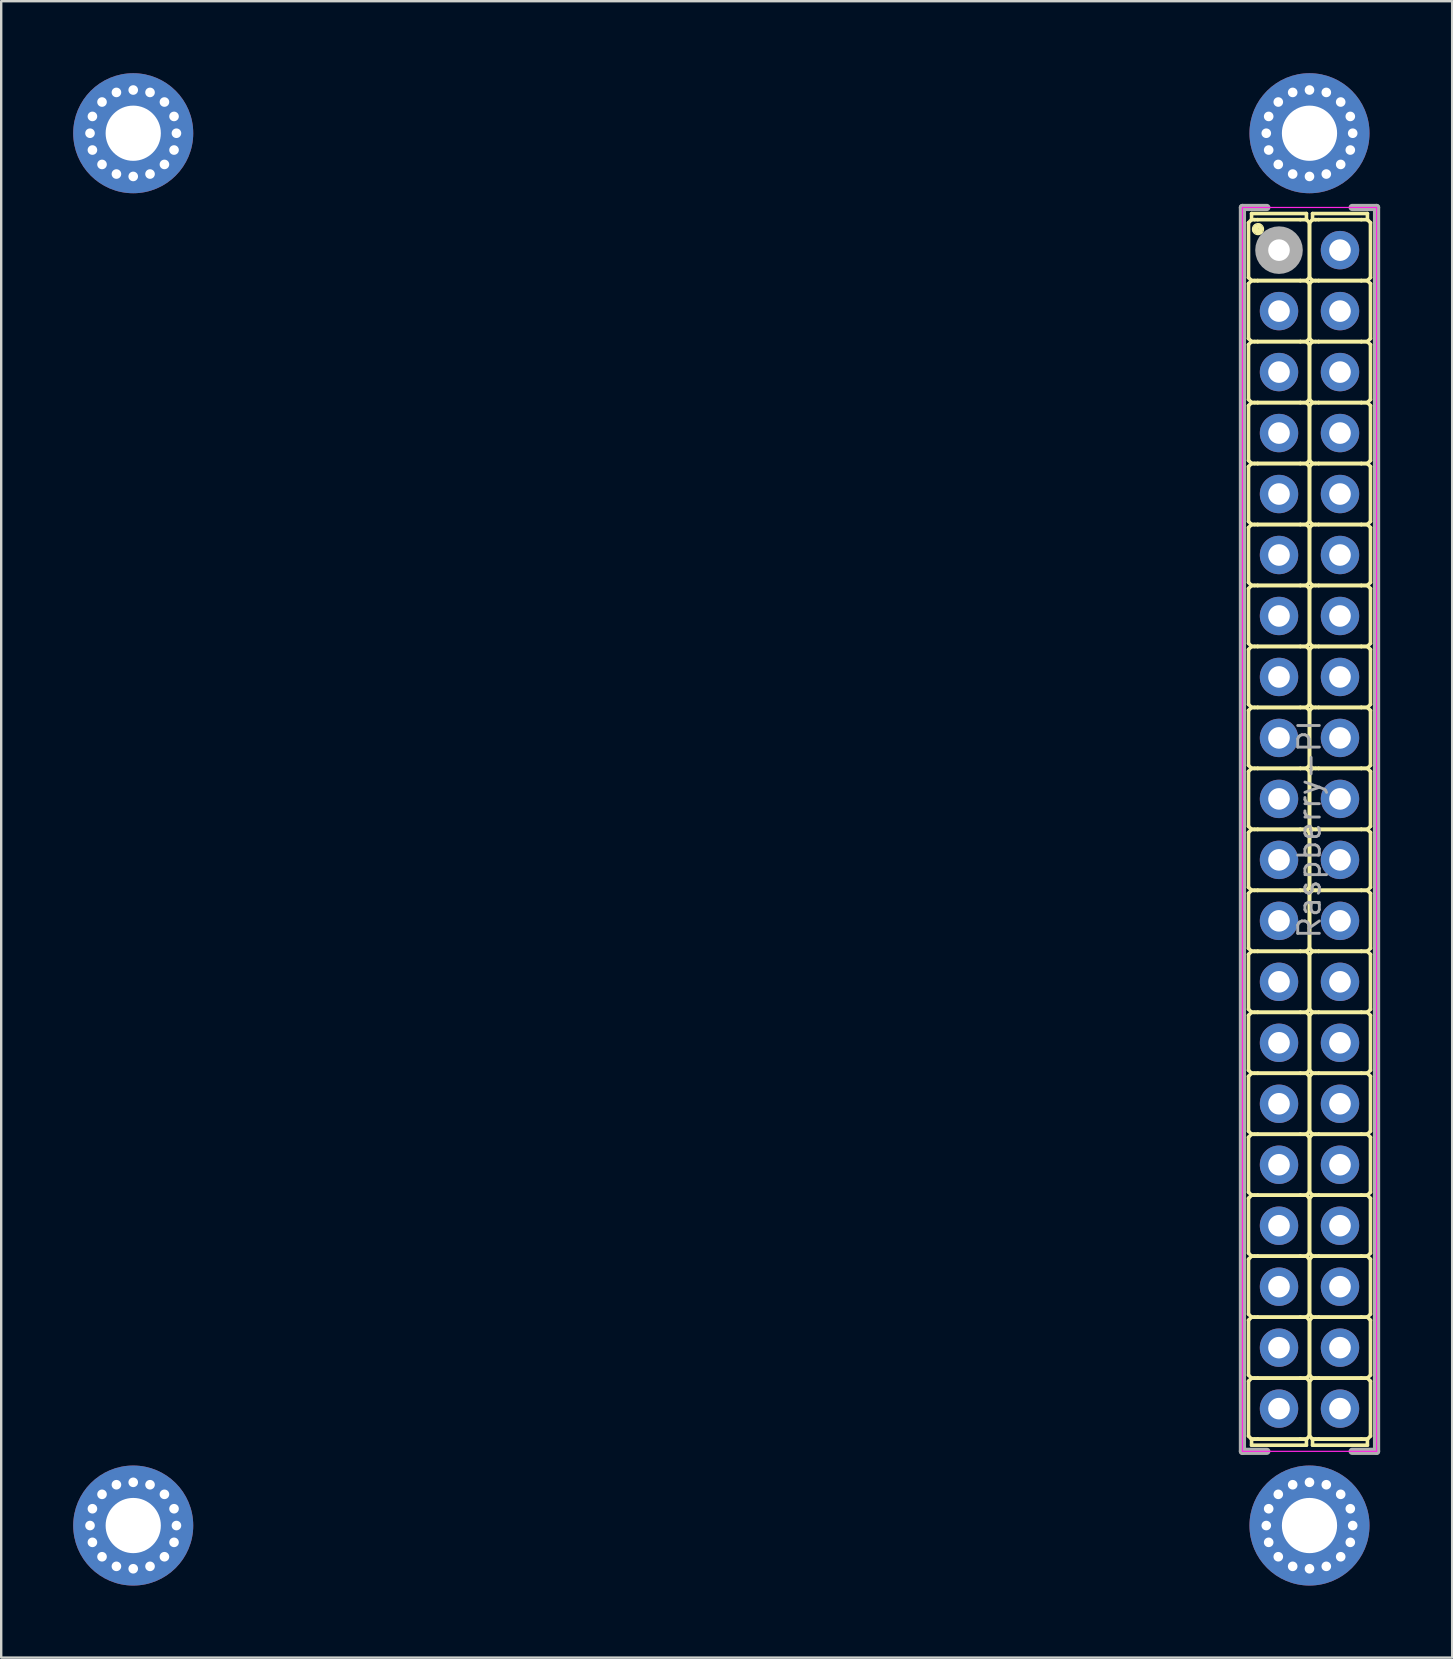
<source format=kicad_pcb>
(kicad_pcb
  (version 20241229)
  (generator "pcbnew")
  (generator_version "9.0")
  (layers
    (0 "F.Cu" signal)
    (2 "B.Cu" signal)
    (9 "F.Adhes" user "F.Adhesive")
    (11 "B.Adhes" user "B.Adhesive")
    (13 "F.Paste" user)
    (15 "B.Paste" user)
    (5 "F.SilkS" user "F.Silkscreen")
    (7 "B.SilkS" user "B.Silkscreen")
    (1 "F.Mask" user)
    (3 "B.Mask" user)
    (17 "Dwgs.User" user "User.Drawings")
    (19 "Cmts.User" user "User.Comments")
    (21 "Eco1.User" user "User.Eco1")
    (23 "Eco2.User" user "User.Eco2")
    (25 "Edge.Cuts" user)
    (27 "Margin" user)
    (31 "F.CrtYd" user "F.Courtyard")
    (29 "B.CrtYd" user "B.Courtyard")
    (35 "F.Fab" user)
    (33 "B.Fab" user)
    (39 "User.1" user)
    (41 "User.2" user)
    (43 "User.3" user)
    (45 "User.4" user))
  (footprint "Raspberry-PI"
    (layer "F.Cu")
    (at 51.5 31.5)
    (property "Reference" "Raspberry-PI" (at 0 0 90) (layer "F.Fab") (effects (font (size 0.9 0.9) (thickness 0.12))))
    (attr through_hole)
    (fp_line (start -2.54 -25.273) (end -2.413 -25.4) (stroke (width 0.15) (type solid)) (layer "F.SilkS"))
    (fp_line (start -2.54 -22.987) (end -2.54 -25.273) (stroke (width 0.15) (type solid)) (layer "F.SilkS"))
    (fp_line (start -2.54 -22.733) (end -2.413 -22.86) (stroke (width 0.15) (type solid)) (layer "F.SilkS"))
    (fp_line (start -2.54 -20.447) (end -2.54 -22.733) (stroke (width 0.15) (type solid)) (layer "F.SilkS"))
    (fp_line (start -2.54 -20.193) (end -2.413 -20.32) (stroke (width 0.15) (type solid)) (layer "F.SilkS"))
    (fp_line (start -2.54 -17.907) (end -2.54 -20.193) (stroke (width 0.15) (type solid)) (layer "F.SilkS"))
    (fp_line (start -2.54 -17.653) (end -2.413 -17.78) (stroke (width 0.15) (type solid)) (layer "F.SilkS"))
    (fp_line (start -2.54 -15.367) (end -2.54 -17.653) (stroke (width 0.15) (type solid)) (layer "F.SilkS"))
    (fp_line (start -2.54 -15.113) (end -2.413 -15.24) (stroke (width 0.15) (type solid)) (layer "F.SilkS"))
    (fp_line (start -2.54 -12.827) (end -2.54 -15.113) (stroke (width 0.15) (type solid)) (layer "F.SilkS"))
    (fp_line (start -2.54 -12.573) (end -2.413 -12.7) (stroke (width 0.15) (type solid)) (layer "F.SilkS"))
    (fp_line (start -2.54 -10.287) (end -2.54 -12.573) (stroke (width 0.15) (type solid)) (layer "F.SilkS"))
    (fp_line (start -2.54 -10.033) (end -2.413 -10.16) (stroke (width 0.15) (type solid)) (layer "F.SilkS"))
    (fp_line (start -2.54 -7.747) (end -2.54 -10.033) (stroke (width 0.15) (type solid)) (layer "F.SilkS"))
    (fp_line (start -2.54 -7.493) (end -2.413 -7.62) (stroke (width 0.15) (type solid)) (layer "F.SilkS"))
    (fp_line (start -2.54 -5.207) (end -2.54 -7.493) (stroke (width 0.15) (type solid)) (layer "F.SilkS"))
    (fp_line (start -2.54 -4.953) (end -2.413 -5.08) (stroke (width 0.15) (type solid)) (layer "F.SilkS"))
    (fp_line (start -2.54 -2.667) (end -2.54 -4.953) (stroke (width 0.15) (type solid)) (layer "F.SilkS"))
    (fp_line (start -2.54 -2.413) (end -2.413 -2.54) (stroke (width 0.15) (type solid)) (layer "F.SilkS"))
    (fp_line (start -2.54 -0.127) (end -2.54 -2.413) (stroke (width 0.15) (type solid)) (layer "F.SilkS"))
    (fp_line (start -2.54 0.127) (end -2.413 0) (stroke (width 0.15) (type solid)) (layer "F.SilkS"))
    (fp_line (start -2.54 2.413) (end -2.54 0.127) (stroke (width 0.15) (type solid)) (layer "F.SilkS"))
    (fp_line (start -2.54 2.667) (end -2.413 2.54) (stroke (width 0.15) (type solid)) (layer "F.SilkS"))
    (fp_line (start -2.54 4.953) (end -2.54 2.667) (stroke (width 0.15) (type solid)) (layer "F.SilkS"))
    (fp_line (start -2.54 5.207) (end -2.413 5.08) (stroke (width 0.15) (type solid)) (layer "F.SilkS"))
    (fp_line (start -2.54 7.493) (end -2.54 5.207) (stroke (width 0.15) (type solid)) (layer "F.SilkS"))
    (fp_line (start -2.54 7.747) (end -2.413 7.62) (stroke (width 0.15) (type solid)) (layer "F.SilkS"))
    (fp_line (start -2.54 10.033) (end -2.54 7.747) (stroke (width 0.15) (type solid)) (layer "F.SilkS"))
    (fp_line (start -2.54 10.287) (end -2.413 10.16) (stroke (width 0.15) (type solid)) (layer "F.SilkS"))
    (fp_line (start -2.54 12.573) (end -2.54 10.287) (stroke (width 0.15) (type solid)) (layer "F.SilkS"))
    (fp_line (start -2.54 12.827) (end -2.413 12.7) (stroke (width 0.15) (type solid)) (layer "F.SilkS"))
    (fp_line (start -2.54 15.113) (end -2.54 12.827) (stroke (width 0.15) (type solid)) (layer "F.SilkS"))
    (fp_line (start -2.54 15.367) (end -2.413 15.24) (stroke (width 0.15) (type solid)) (layer "F.SilkS"))
    (fp_line (start -2.54 17.653) (end -2.54 15.367) (stroke (width 0.15) (type solid)) (layer "F.SilkS"))
    (fp_line (start -2.54 17.907) (end -2.413 17.78) (stroke (width 0.15) (type solid)) (layer "F.SilkS"))
    (fp_line (start -2.54 20.193) (end -2.54 17.907) (stroke (width 0.15) (type solid)) (layer "F.SilkS"))
    (fp_line (start -2.54 20.447) (end -2.413 20.32) (stroke (width 0.15) (type solid)) (layer "F.SilkS"))
    (fp_line (start -2.54 22.733) (end -2.54 20.447) (stroke (width 0.15) (type solid)) (layer "F.SilkS"))
    (fp_line (start -2.54 22.987) (end -2.413 22.86) (stroke (width 0.15) (type solid)) (layer "F.SilkS"))
    (fp_line (start -2.54 25.273) (end -2.54 22.987) (stroke (width 0.15) (type solid)) (layer "F.SilkS"))
    (fp_line (start -2.413 -25.654) (end -0.127 -25.654) (stroke (width 0.15) (type solid)) (layer "F.SilkS"))
    (fp_line (start -2.413 -25.4) (end -2.413 -25.654) (stroke (width 0.15) (type solid)) (layer "F.SilkS"))
    (fp_line (start -2.413 -25.4) (end -2.286 -25.4) (stroke (width 0.15) (type solid)) (layer "F.SilkS"))
    (fp_line (start -2.413 -22.86) (end -2.54 -22.987) (stroke (width 0.15) (type solid)) (layer "F.SilkS"))
    (fp_line (start -2.413 -22.86) (end -2.286 -22.86) (stroke (width 0.15) (type solid)) (layer "F.SilkS"))
    (fp_line (start -2.413 -20.32) (end -2.54 -20.447) (stroke (width 0.15) (type solid)) (layer "F.SilkS"))
    (fp_line (start -2.413 -20.32) (end -2.286 -20.32) (stroke (width 0.15) (type solid)) (layer "F.SilkS"))
    (fp_line (start -2.413 -17.78) (end -2.54 -17.907) (stroke (width 0.15) (type solid)) (layer "F.SilkS"))
    (fp_line (start -2.413 -17.78) (end -2.286 -17.78) (stroke (width 0.15) (type solid)) (layer "F.SilkS"))
    (fp_line (start -2.413 -15.24) (end -2.54 -15.367) (stroke (width 0.15) (type solid)) (layer "F.SilkS"))
    (fp_line (start -2.413 -15.24) (end -2.286 -15.24) (stroke (width 0.15) (type solid)) (layer "F.SilkS"))
    (fp_line (start -2.413 -12.7) (end -2.54 -12.827) (stroke (width 0.15) (type solid)) (layer "F.SilkS"))
    (fp_line (start -2.413 -12.7) (end -2.286 -12.7) (stroke (width 0.15) (type solid)) (layer "F.SilkS"))
    (fp_line (start -2.413 -10.16) (end -2.54 -10.287) (stroke (width 0.15) (type solid)) (layer "F.SilkS"))
    (fp_line (start -2.413 -10.16) (end -2.286 -10.16) (stroke (width 0.15) (type solid)) (layer "F.SilkS"))
    (fp_line (start -2.413 -7.62) (end -2.54 -7.747) (stroke (width 0.15) (type solid)) (layer "F.SilkS"))
    (fp_line (start -2.413 -7.62) (end -2.286 -7.62) (stroke (width 0.15) (type solid)) (layer "F.SilkS"))
    (fp_line (start -2.413 -5.08) (end -2.54 -5.207) (stroke (width 0.15) (type solid)) (layer "F.SilkS"))
    (fp_line (start -2.413 -5.08) (end -2.286 -5.08) (stroke (width 0.15) (type solid)) (layer "F.SilkS"))
    (fp_line (start -2.413 -2.54) (end -2.54 -2.667) (stroke (width 0.15) (type solid)) (layer "F.SilkS"))
    (fp_line (start -2.413 -2.54) (end -2.286 -2.54) (stroke (width 0.15) (type solid)) (layer "F.SilkS"))
    (fp_line (start -2.413 0) (end -2.54 -0.127) (stroke (width 0.15) (type solid)) (layer "F.SilkS"))
    (fp_line (start -2.413 0) (end -2.286 0) (stroke (width 0.15) (type solid)) (layer "F.SilkS"))
    (fp_line (start -2.413 2.54) (end -2.54 2.413) (stroke (width 0.15) (type solid)) (layer "F.SilkS"))
    (fp_line (start -2.413 2.54) (end -2.286 2.54) (stroke (width 0.15) (type solid)) (layer "F.SilkS"))
    (fp_line (start -2.413 5.08) (end -2.54 4.953) (stroke (width 0.15) (type solid)) (layer "F.SilkS"))
    (fp_line (start -2.413 5.08) (end -2.286 5.08) (stroke (width 0.15) (type solid)) (layer "F.SilkS"))
    (fp_line (start -2.413 7.62) (end -2.54 7.493) (stroke (width 0.15) (type solid)) (layer "F.SilkS"))
    (fp_line (start -2.413 7.62) (end -2.286 7.62) (stroke (width 0.15) (type solid)) (layer "F.SilkS"))
    (fp_line (start -2.413 10.16) (end -2.54 10.033) (stroke (width 0.15) (type solid)) (layer "F.SilkS"))
    (fp_line (start -2.413 10.16) (end -2.286 10.16) (stroke (width 0.15) (type solid)) (layer "F.SilkS"))
    (fp_line (start -2.413 12.7) (end -2.54 12.573) (stroke (width 0.15) (type solid)) (layer "F.SilkS"))
    (fp_line (start -2.413 12.7) (end -2.286 12.7) (stroke (width 0.15) (type solid)) (layer "F.SilkS"))
    (fp_line (start -2.413 15.24) (end -2.54 15.113) (stroke (width 0.15) (type solid)) (layer "F.SilkS"))
    (fp_line (start -2.413 15.24) (end -2.286 15.24) (stroke (width 0.15) (type solid)) (layer "F.SilkS"))
    (fp_line (start -2.413 17.78) (end -2.54 17.653) (stroke (width 0.15) (type solid)) (layer "F.SilkS"))
    (fp_line (start -2.413 17.78) (end -2.286 17.78) (stroke (width 0.15) (type solid)) (layer "F.SilkS"))
    (fp_line (start -2.413 20.32) (end -2.54 20.193) (stroke (width 0.15) (type solid)) (layer "F.SilkS"))
    (fp_line (start -2.413 20.32) (end -2.286 20.32) (stroke (width 0.15) (type solid)) (layer "F.SilkS"))
    (fp_line (start -2.413 22.86) (end -2.54 22.733) (stroke (width 0.15) (type solid)) (layer "F.SilkS"))
    (fp_line (start -2.413 22.86) (end -2.286 22.86) (stroke (width 0.15) (type solid)) (layer "F.SilkS"))
    (fp_line (start -2.413 25.4) (end -2.54 25.273) (stroke (width 0.15) (type solid)) (layer "F.SilkS"))
    (fp_line (start -2.413 25.4) (end -2.413 25.654) (stroke (width 0.15) (type solid)) (layer "F.SilkS"))
    (fp_line (start -2.413 25.4) (end -2.286 25.4) (stroke (width 0.15) (type solid)) (layer "F.SilkS"))
    (fp_line (start -2.413 25.654) (end -0.127 25.654) (stroke (width 0.15) (type solid)) (layer "F.SilkS"))
    (fp_line (start -2.345 -25.005) (end -2.245 -25.155) (stroke (width 0.1) (type solid)) (layer "F.SilkS"))
    (fp_line (start -2.32 -24.93) (end -2.07 -24.93) (stroke (width 0.1) (type solid)) (layer "F.SilkS"))
    (fp_line (start -2.286 -25.4) (end -2.159 -25.4) (stroke (width 0.15) (type solid)) (layer "F.SilkS"))
    (fp_line (start -2.286 -22.86) (end -2.159 -22.86) (stroke (width 0.15) (type solid)) (layer "F.SilkS"))
    (fp_line (start -2.286 -20.32) (end -2.159 -20.32) (stroke (width 0.15) (type solid)) (layer "F.SilkS"))
    (fp_line (start -2.286 -17.78) (end -2.159 -17.78) (stroke (width 0.15) (type solid)) (layer "F.SilkS"))
    (fp_line (start -2.286 -15.24) (end -2.159 -15.24) (stroke (width 0.15) (type solid)) (layer "F.SilkS"))
    (fp_line (start -2.286 -12.7) (end -2.159 -12.7) (stroke (width 0.15) (type solid)) (layer "F.SilkS"))
    (fp_line (start -2.286 -10.16) (end -2.159 -10.16) (stroke (width 0.15) (type solid)) (layer "F.SilkS"))
    (fp_line (start -2.286 -7.62) (end -2.159 -7.62) (stroke (width 0.15) (type solid)) (layer "F.SilkS"))
    (fp_line (start -2.286 -5.08) (end -2.159 -5.08) (stroke (width 0.15) (type solid)) (layer "F.SilkS"))
    (fp_line (start -2.286 -2.54) (end -2.159 -2.54) (stroke (width 0.15) (type solid)) (layer "F.SilkS"))
    (fp_line (start -2.286 0) (end -2.159 0) (stroke (width 0.15) (type solid)) (layer "F.SilkS"))
    (fp_line (start -2.286 2.54) (end -2.159 2.54) (stroke (width 0.15) (type solid)) (layer "F.SilkS"))
    (fp_line (start -2.286 5.08) (end -2.159 5.08) (stroke (width 0.15) (type solid)) (layer "F.SilkS"))
    (fp_line (start -2.286 7.62) (end -2.159 7.62) (stroke (width 0.15) (type solid)) (layer "F.SilkS"))
    (fp_line (start -2.286 10.16) (end -2.159 10.16) (stroke (width 0.15) (type solid)) (layer "F.SilkS"))
    (fp_line (start -2.286 12.7) (end -2.159 12.7) (stroke (width 0.15) (type solid)) (layer "F.SilkS"))
    (fp_line (start -2.286 15.24) (end -2.159 15.24) (stroke (width 0.15) (type solid)) (layer "F.SilkS"))
    (fp_line (start -2.286 17.78) (end -2.159 17.78) (stroke (width 0.15) (type solid)) (layer "F.SilkS"))
    (fp_line (start -2.286 20.32) (end -2.159 20.32) (stroke (width 0.15) (type solid)) (layer "F.SilkS"))
    (fp_line (start -2.286 22.86) (end -2.159 22.86) (stroke (width 0.15) (type solid)) (layer "F.SilkS"))
    (fp_line (start -2.286 25.4) (end -2.159 25.4) (stroke (width 0.15) (type solid)) (layer "F.SilkS"))
    (fp_line (start -2.27 -25.005) (end -2.145 -25.005) (stroke (width 0.1) (type solid)) (layer "F.SilkS"))
    (fp_line (start -2.245 -25.155) (end -2.07 -25.18) (stroke (width 0.1) (type solid)) (layer "F.SilkS"))
    (fp_line (start -2.22 -25.08) (end -2.27 -25.005) (stroke (width 0.1) (type solid)) (layer "F.SilkS"))
    (fp_line (start -2.17 -24.83) (end -2.32 -24.93) (stroke (width 0.1) (type solid)) (layer "F.SilkS"))
    (fp_line (start -2.159 -22.86) (end -2.413 -22.86) (stroke (width 0.15) (type solid)) (layer "F.SilkS"))
    (fp_line (start -2.159 -22.86) (end -0.381 -22.86) (stroke (width 0.15) (type solid)) (layer "F.SilkS"))
    (fp_line (start -2.159 -20.32) (end -2.413 -20.32) (stroke (width 0.15) (type solid)) (layer "F.SilkS"))
    (fp_line (start -2.159 -20.32) (end -0.381 -20.32) (stroke (width 0.15) (type solid)) (layer "F.SilkS"))
    (fp_line (start -2.159 -17.78) (end -2.413 -17.78) (stroke (width 0.15) (type solid)) (layer "F.SilkS"))
    (fp_line (start -2.159 -17.78) (end -0.381 -17.78) (stroke (width 0.15) (type solid)) (layer "F.SilkS"))
    (fp_line (start -2.159 -15.24) (end -2.413 -15.24) (stroke (width 0.15) (type solid)) (layer "F.SilkS"))
    (fp_line (start -2.159 -15.24) (end -0.381 -15.24) (stroke (width 0.15) (type solid)) (layer "F.SilkS"))
    (fp_line (start -2.159 -12.7) (end -2.413 -12.7) (stroke (width 0.15) (type solid)) (layer "F.SilkS"))
    (fp_line (start -2.159 -12.7) (end -0.381 -12.7) (stroke (width 0.15) (type solid)) (layer "F.SilkS"))
    (fp_line (start -2.159 -10.16) (end -2.413 -10.16) (stroke (width 0.15) (type solid)) (layer "F.SilkS"))
    (fp_line (start -2.159 -10.16) (end -0.381 -10.16) (stroke (width 0.15) (type solid)) (layer "F.SilkS"))
    (fp_line (start -2.159 -7.62) (end -2.413 -7.62) (stroke (width 0.15) (type solid)) (layer "F.SilkS"))
    (fp_line (start -2.159 -7.62) (end -0.381 -7.62) (stroke (width 0.15) (type solid)) (layer "F.SilkS"))
    (fp_line (start -2.159 -5.08) (end -2.413 -5.08) (stroke (width 0.15) (type solid)) (layer "F.SilkS"))
    (fp_line (start -2.159 -5.08) (end -0.381 -5.08) (stroke (width 0.15) (type solid)) (layer "F.SilkS"))
    (fp_line (start -2.159 -2.54) (end -2.413 -2.54) (stroke (width 0.15) (type solid)) (layer "F.SilkS"))
    (fp_line (start -2.159 -2.54) (end -0.381 -2.54) (stroke (width 0.15) (type solid)) (layer "F.SilkS"))
    (fp_line (start -2.159 0) (end -2.413 0) (stroke (width 0.15) (type solid)) (layer "F.SilkS"))
    (fp_line (start -2.159 0) (end -0.381 0) (stroke (width 0.15) (type solid)) (layer "F.SilkS"))
    (fp_line (start -2.159 2.54) (end -2.413 2.54) (stroke (width 0.15) (type solid)) (layer "F.SilkS"))
    (fp_line (start -2.159 2.54) (end -0.381 2.54) (stroke (width 0.15) (type solid)) (layer "F.SilkS"))
    (fp_line (start -2.159 5.08) (end -2.413 5.08) (stroke (width 0.15) (type solid)) (layer "F.SilkS"))
    (fp_line (start -2.159 5.08) (end -0.381 5.08) (stroke (width 0.15) (type solid)) (layer "F.SilkS"))
    (fp_line (start -2.159 7.62) (end -2.413 7.62) (stroke (width 0.15) (type solid)) (layer "F.SilkS"))
    (fp_line (start -2.159 7.62) (end -0.381 7.62) (stroke (width 0.15) (type solid)) (layer "F.SilkS"))
    (fp_line (start -2.159 10.16) (end -2.413 10.16) (stroke (width 0.15) (type solid)) (layer "F.SilkS"))
    (fp_line (start -2.159 10.16) (end -0.381 10.16) (stroke (width 0.15) (type solid)) (layer "F.SilkS"))
    (fp_line (start -2.159 12.7) (end -2.413 12.7) (stroke (width 0.15) (type solid)) (layer "F.SilkS"))
    (fp_line (start -2.159 12.7) (end -0.381 12.7) (stroke (width 0.15) (type solid)) (layer "F.SilkS"))
    (fp_line (start -2.159 15.24) (end -2.413 15.24) (stroke (width 0.15) (type solid)) (layer "F.SilkS"))
    (fp_line (start -2.159 15.24) (end -0.381 15.24) (stroke (width 0.15) (type solid)) (layer "F.SilkS"))
    (fp_line (start -2.159 17.78) (end -2.413 17.78) (stroke (width 0.15) (type solid)) (layer "F.SilkS"))
    (fp_line (start -2.159 17.78) (end -0.381 17.78) (stroke (width 0.15) (type solid)) (layer "F.SilkS"))
    (fp_line (start -2.159 20.32) (end -2.413 20.32) (stroke (width 0.15) (type solid)) (layer "F.SilkS"))
    (fp_line (start -2.159 20.32) (end -0.381 20.32) (stroke (width 0.15) (type solid)) (layer "F.SilkS"))
    (fp_line (start -2.159 22.86) (end -2.413 22.86) (stroke (width 0.15) (type solid)) (layer "F.SilkS"))
    (fp_line (start -2.159 22.86) (end -0.381 22.86) (stroke (width 0.15) (type solid)) (layer "F.SilkS"))
    (fp_line (start -2.159 25.4) (end -2.413 25.4) (stroke (width 0.15) (type solid)) (layer "F.SilkS"))
    (fp_line (start -2.159 25.4) (end -0.381 25.4) (stroke (width 0.15) (type solid)) (layer "F.SilkS"))
    (fp_line (start -2.12 -25.105) (end -2.22 -25.08) (stroke (width 0.1) (type solid)) (layer "F.SilkS"))
    (fp_line (start -2.07 -25.18) (end -1.97 -25.03) (stroke (width 0.1) (type solid)) (layer "F.SilkS"))
    (fp_line (start -2.07 -24.93) (end -2.045 -25.03) (stroke (width 0.1) (type solid)) (layer "F.SilkS"))
    (fp_line (start -2.045 -25.03) (end -2.12 -25.105) (stroke (width 0.1) (type solid)) (layer "F.SilkS"))
    (fp_line (start -2.02 -24.855) (end -2.17 -24.83) (stroke (width 0.1) (type solid)) (layer "F.SilkS"))
    (fp_line (start -1.97 -25.03) (end -2.02 -24.855) (stroke (width 0.1) (type solid)) (layer "F.SilkS"))
    (fp_line (start -0.381 -25.4) (end -2.159 -25.4) (stroke (width 0.15) (type solid)) (layer "F.SilkS"))
    (fp_line (start -0.381 -25.4) (end -0.127 -25.4) (stroke (width 0.15) (type solid)) (layer "F.SilkS"))
    (fp_line (start -0.381 -22.86) (end -2.159 -22.86) (stroke (width 0.15) (type solid)) (layer "F.SilkS"))
    (fp_line (start -0.381 -22.86) (end -0.127 -22.86) (stroke (width 0.15) (type solid)) (layer "F.SilkS"))
    (fp_line (start -0.381 -20.32) (end -2.159 -20.32) (stroke (width 0.15) (type solid)) (layer "F.SilkS"))
    (fp_line (start -0.381 -20.32) (end -0.127 -20.32) (stroke (width 0.15) (type solid)) (layer "F.SilkS"))
    (fp_line (start -0.381 -17.78) (end -2.159 -17.78) (stroke (width 0.15) (type solid)) (layer "F.SilkS"))
    (fp_line (start -0.381 -17.78) (end -0.127 -17.78) (stroke (width 0.15) (type solid)) (layer "F.SilkS"))
    (fp_line (start -0.381 -15.24) (end -2.159 -15.24) (stroke (width 0.15) (type solid)) (layer "F.SilkS"))
    (fp_line (start -0.381 -15.24) (end -0.127 -15.24) (stroke (width 0.15) (type solid)) (layer "F.SilkS"))
    (fp_line (start -0.381 -12.7) (end -2.159 -12.7) (stroke (width 0.15) (type solid)) (layer "F.SilkS"))
    (fp_line (start -0.381 -12.7) (end -0.127 -12.7) (stroke (width 0.15) (type solid)) (layer "F.SilkS"))
    (fp_line (start -0.381 -10.16) (end -2.159 -10.16) (stroke (width 0.15) (type solid)) (layer "F.SilkS"))
    (fp_line (start -0.381 -10.16) (end -0.127 -10.16) (stroke (width 0.15) (type solid)) (layer "F.SilkS"))
    (fp_line (start -0.381 -7.62) (end -2.159 -7.62) (stroke (width 0.15) (type solid)) (layer "F.SilkS"))
    (fp_line (start -0.381 -7.62) (end -0.127 -7.62) (stroke (width 0.15) (type solid)) (layer "F.SilkS"))
    (fp_line (start -0.381 -5.08) (end -2.159 -5.08) (stroke (width 0.15) (type solid)) (layer "F.SilkS"))
    (fp_line (start -0.381 -5.08) (end -0.127 -5.08) (stroke (width 0.15) (type solid)) (layer "F.SilkS"))
    (fp_line (start -0.381 -2.54) (end -2.159 -2.54) (stroke (width 0.15) (type solid)) (layer "F.SilkS"))
    (fp_line (start -0.381 -2.54) (end -0.127 -2.54) (stroke (width 0.15) (type solid)) (layer "F.SilkS"))
    (fp_line (start -0.381 0) (end -2.159 0) (stroke (width 0.15) (type solid)) (layer "F.SilkS"))
    (fp_line (start -0.381 0) (end -0.127 0) (stroke (width 0.15) (type solid)) (layer "F.SilkS"))
    (fp_line (start -0.381 2.54) (end -2.159 2.54) (stroke (width 0.15) (type solid)) (layer "F.SilkS"))
    (fp_line (start -0.381 2.54) (end -0.127 2.54) (stroke (width 0.15) (type solid)) (layer "F.SilkS"))
    (fp_line (start -0.381 5.08) (end -2.159 5.08) (stroke (width 0.15) (type solid)) (layer "F.SilkS"))
    (fp_line (start -0.381 5.08) (end -0.127 5.08) (stroke (width 0.15) (type solid)) (layer "F.SilkS"))
    (fp_line (start -0.381 7.62) (end -2.159 7.62) (stroke (width 0.15) (type solid)) (layer "F.SilkS"))
    (fp_line (start -0.381 7.62) (end -0.127 7.62) (stroke (width 0.15) (type solid)) (layer "F.SilkS"))
    (fp_line (start -0.381 10.16) (end -2.159 10.16) (stroke (width 0.15) (type solid)) (layer "F.SilkS"))
    (fp_line (start -0.381 10.16) (end -0.127 10.16) (stroke (width 0.15) (type solid)) (layer "F.SilkS"))
    (fp_line (start -0.381 12.7) (end -2.159 12.7) (stroke (width 0.15) (type solid)) (layer "F.SilkS"))
    (fp_line (start -0.381 12.7) (end -0.127 12.7) (stroke (width 0.15) (type solid)) (layer "F.SilkS"))
    (fp_line (start -0.381 15.24) (end -2.159 15.24) (stroke (width 0.15) (type solid)) (layer "F.SilkS"))
    (fp_line (start -0.381 15.24) (end -0.127 15.24) (stroke (width 0.15) (type solid)) (layer "F.SilkS"))
    (fp_line (start -0.381 17.78) (end -2.159 17.78) (stroke (width 0.15) (type solid)) (layer "F.SilkS"))
    (fp_line (start -0.381 17.78) (end -0.127 17.78) (stroke (width 0.15) (type solid)) (layer "F.SilkS"))
    (fp_line (start -0.381 20.32) (end -2.159 20.32) (stroke (width 0.15) (type solid)) (layer "F.SilkS"))
    (fp_line (start -0.381 20.32) (end -0.127 20.32) (stroke (width 0.15) (type solid)) (layer "F.SilkS"))
    (fp_line (start -0.381 22.86) (end -2.159 22.86) (stroke (width 0.15) (type solid)) (layer "F.SilkS"))
    (fp_line (start -0.381 22.86) (end -0.127 22.86) (stroke (width 0.15) (type solid)) (layer "F.SilkS"))
    (fp_line (start -0.381 25.4) (end -2.159 25.4) (stroke (width 0.15) (type solid)) (layer "F.SilkS"))
    (fp_line (start -0.381 25.4) (end -0.127 25.4) (stroke (width 0.15) (type solid)) (layer "F.SilkS"))
    (fp_line (start -0.127 -25.654) (end -0.127 -25.4) (stroke (width 0.15) (type solid)) (layer "F.SilkS"))
    (fp_line (start -0.127 -25.4) (end 0 -25.273) (stroke (width 0.15) (type solid)) (layer "F.SilkS"))
    (fp_line (start -0.127 -22.86) (end -0.381 -22.86) (stroke (width 0.15) (type solid)) (layer "F.SilkS"))
    (fp_line (start -0.127 -22.86) (end 0 -22.733) (stroke (width 0.15) (type solid)) (layer "F.SilkS"))
    (fp_line (start -0.127 -20.32) (end -0.381 -20.32) (stroke (width 0.15) (type solid)) (layer "F.SilkS"))
    (fp_line (start -0.127 -20.32) (end 0 -20.193) (stroke (width 0.15) (type solid)) (layer "F.SilkS"))
    (fp_line (start -0.127 -17.78) (end -0.381 -17.78) (stroke (width 0.15) (type solid)) (layer "F.SilkS"))
    (fp_line (start -0.127 -17.78) (end 0 -17.653) (stroke (width 0.15) (type solid)) (layer "F.SilkS"))
    (fp_line (start -0.127 -15.24) (end -0.381 -15.24) (stroke (width 0.15) (type solid)) (layer "F.SilkS"))
    (fp_line (start -0.127 -15.24) (end 0 -15.113) (stroke (width 0.15) (type solid)) (layer "F.SilkS"))
    (fp_line (start -0.127 -12.7) (end -0.381 -12.7) (stroke (width 0.15) (type solid)) (layer "F.SilkS"))
    (fp_line (start -0.127 -12.7) (end 0 -12.573) (stroke (width 0.15) (type solid)) (layer "F.SilkS"))
    (fp_line (start -0.127 -10.16) (end -0.381 -10.16) (stroke (width 0.15) (type solid)) (layer "F.SilkS"))
    (fp_line (start -0.127 -10.16) (end 0 -10.033) (stroke (width 0.15) (type solid)) (layer "F.SilkS"))
    (fp_line (start -0.127 -7.62) (end -0.381 -7.62) (stroke (width 0.15) (type solid)) (layer "F.SilkS"))
    (fp_line (start -0.127 -7.62) (end 0 -7.493) (stroke (width 0.15) (type solid)) (layer "F.SilkS"))
    (fp_line (start -0.127 -5.08) (end -0.381 -5.08) (stroke (width 0.15) (type solid)) (layer "F.SilkS"))
    (fp_line (start -0.127 -5.08) (end 0 -4.953) (stroke (width 0.15) (type solid)) (layer "F.SilkS"))
    (fp_line (start -0.127 -2.54) (end -0.381 -2.54) (stroke (width 0.15) (type solid)) (layer "F.SilkS"))
    (fp_line (start -0.127 -2.54) (end 0 -2.413) (stroke (width 0.15) (type solid)) (layer "F.SilkS"))
    (fp_line (start -0.127 0) (end -0.381 0) (stroke (width 0.15) (type solid)) (layer "F.SilkS"))
    (fp_line (start -0.127 0) (end 0 0.127) (stroke (width 0.15) (type solid)) (layer "F.SilkS"))
    (fp_line (start -0.127 2.54) (end -0.381 2.54) (stroke (width 0.15) (type solid)) (layer "F.SilkS"))
    (fp_line (start -0.127 2.54) (end 0 2.667) (stroke (width 0.15) (type solid)) (layer "F.SilkS"))
    (fp_line (start -0.127 5.08) (end -0.381 5.08) (stroke (width 0.15) (type solid)) (layer "F.SilkS"))
    (fp_line (start -0.127 5.08) (end 0 5.207) (stroke (width 0.15) (type solid)) (layer "F.SilkS"))
    (fp_line (start -0.127 7.62) (end -0.381 7.62) (stroke (width 0.15) (type solid)) (layer "F.SilkS"))
    (fp_line (start -0.127 7.62) (end 0 7.747) (stroke (width 0.15) (type solid)) (layer "F.SilkS"))
    (fp_line (start -0.127 10.16) (end -0.381 10.16) (stroke (width 0.15) (type solid)) (layer "F.SilkS"))
    (fp_line (start -0.127 10.16) (end 0 10.287) (stroke (width 0.15) (type solid)) (layer "F.SilkS"))
    (fp_line (start -0.127 12.7) (end -0.381 12.7) (stroke (width 0.15) (type solid)) (layer "F.SilkS"))
    (fp_line (start -0.127 12.7) (end 0 12.827) (stroke (width 0.15) (type solid)) (layer "F.SilkS"))
    (fp_line (start -0.127 15.24) (end -0.381 15.24) (stroke (width 0.15) (type solid)) (layer "F.SilkS"))
    (fp_line (start -0.127 15.24) (end 0 15.367) (stroke (width 0.15) (type solid)) (layer "F.SilkS"))
    (fp_line (start -0.127 17.78) (end -0.381 17.78) (stroke (width 0.15) (type solid)) (layer "F.SilkS"))
    (fp_line (start -0.127 17.78) (end 0 17.907) (stroke (width 0.15) (type solid)) (layer "F.SilkS"))
    (fp_line (start -0.127 20.32) (end -0.381 20.32) (stroke (width 0.15) (type solid)) (layer "F.SilkS"))
    (fp_line (start -0.127 20.32) (end 0 20.447) (stroke (width 0.15) (type solid)) (layer "F.SilkS"))
    (fp_line (start -0.127 22.86) (end -0.381 22.86) (stroke (width 0.15) (type solid)) (layer "F.SilkS"))
    (fp_line (start -0.127 22.86) (end 0 22.987) (stroke (width 0.15) (type solid)) (layer "F.SilkS"))
    (fp_line (start -0.127 25.4) (end -0.381 25.4) (stroke (width 0.15) (type solid)) (layer "F.SilkS"))
    (fp_line (start -0.127 25.654) (end -0.127 25.4) (stroke (width 0.15) (type solid)) (layer "F.SilkS"))
    (fp_line (start 0 -25.273) (end 0 -22.987) (stroke (width 0.15) (type solid)) (layer "F.SilkS"))
    (fp_line (start 0 -25.273) (end 0.127 -25.4) (stroke (width 0.15) (type solid)) (layer "F.SilkS"))
    (fp_line (start 0 -22.987) (end -0.127 -22.86) (stroke (width 0.15) (type solid)) (layer "F.SilkS"))
    (fp_line (start 0 -22.987) (end 0 -25.273) (stroke (width 0.15) (type solid)) (layer "F.SilkS"))
    (fp_line (start 0 -22.733) (end 0 -20.447) (stroke (width 0.15) (type solid)) (layer "F.SilkS"))
    (fp_line (start 0 -22.733) (end 0.127 -22.86) (stroke (width 0.15) (type solid)) (layer "F.SilkS"))
    (fp_line (start 0 -20.447) (end -0.127 -20.32) (stroke (width 0.15) (type solid)) (layer "F.SilkS"))
    (fp_line (start 0 -20.447) (end 0 -22.733) (stroke (width 0.15) (type solid)) (layer "F.SilkS"))
    (fp_line (start 0 -20.193) (end 0 -17.907) (stroke (width 0.15) (type solid)) (layer "F.SilkS"))
    (fp_line (start 0 -20.193) (end 0.127 -20.32) (stroke (width 0.15) (type solid)) (layer "F.SilkS"))
    (fp_line (start 0 -17.907) (end -0.127 -17.78) (stroke (width 0.15) (type solid)) (layer "F.SilkS"))
    (fp_line (start 0 -17.907) (end 0 -20.193) (stroke (width 0.15) (type solid)) (layer "F.SilkS"))
    (fp_line (start 0 -17.653) (end 0 -15.367) (stroke (width 0.15) (type solid)) (layer "F.SilkS"))
    (fp_line (start 0 -17.653) (end 0.127 -17.78) (stroke (width 0.15) (type solid)) (layer "F.SilkS"))
    (fp_line (start 0 -15.367) (end -0.127 -15.24) (stroke (width 0.15) (type solid)) (layer "F.SilkS"))
    (fp_line (start 0 -15.367) (end 0 -17.653) (stroke (width 0.15) (type solid)) (layer "F.SilkS"))
    (fp_line (start 0 -15.113) (end 0 -12.827) (stroke (width 0.15) (type solid)) (layer "F.SilkS"))
    (fp_line (start 0 -15.113) (end 0.127 -15.24) (stroke (width 0.15) (type solid)) (layer "F.SilkS"))
    (fp_line (start 0 -12.827) (end -0.127 -12.7) (stroke (width 0.15) (type solid)) (layer "F.SilkS"))
    (fp_line (start 0 -12.827) (end 0 -15.113) (stroke (width 0.15) (type solid)) (layer "F.SilkS"))
    (fp_line (start 0 -12.573) (end 0 -10.287) (stroke (width 0.15) (type solid)) (layer "F.SilkS"))
    (fp_line (start 0 -12.573) (end 0.127 -12.7) (stroke (width 0.15) (type solid)) (layer "F.SilkS"))
    (fp_line (start 0 -10.287) (end -0.127 -10.16) (stroke (width 0.15) (type solid)) (layer "F.SilkS"))
    (fp_line (start 0 -10.287) (end 0 -12.573) (stroke (width 0.15) (type solid)) (layer "F.SilkS"))
    (fp_line (start 0 -10.033) (end 0 -7.747) (stroke (width 0.15) (type solid)) (layer "F.SilkS"))
    (fp_line (start 0 -10.033) (end 0.127 -10.16) (stroke (width 0.15) (type solid)) (layer "F.SilkS"))
    (fp_line (start 0 -7.747) (end -0.127 -7.62) (stroke (width 0.15) (type solid)) (layer "F.SilkS"))
    (fp_line (start 0 -7.747) (end 0 -10.033) (stroke (width 0.15) (type solid)) (layer "F.SilkS"))
    (fp_line (start 0 -7.493) (end 0 -5.207) (stroke (width 0.15) (type solid)) (layer "F.SilkS"))
    (fp_line (start 0 -7.493) (end 0.127 -7.62) (stroke (width 0.15) (type solid)) (layer "F.SilkS"))
    (fp_line (start 0 -5.207) (end -0.127 -5.08) (stroke (width 0.15) (type solid)) (layer "F.SilkS"))
    (fp_line (start 0 -5.207) (end 0 -7.493) (stroke (width 0.15) (type solid)) (layer "F.SilkS"))
    (fp_line (start 0 -4.953) (end 0 -2.667) (stroke (width 0.15) (type solid)) (layer "F.SilkS"))
    (fp_line (start 0 -4.953) (end 0.127 -5.08) (stroke (width 0.15) (type solid)) (layer "F.SilkS"))
    (fp_line (start 0 -2.667) (end -0.127 -2.54) (stroke (width 0.15) (type solid)) (layer "F.SilkS"))
    (fp_line (start 0 -2.667) (end 0 -4.953) (stroke (width 0.15) (type solid)) (layer "F.SilkS"))
    (fp_line (start 0 -2.413) (end 0 -0.127) (stroke (width 0.15) (type solid)) (layer "F.SilkS"))
    (fp_line (start 0 -2.413) (end 0.127 -2.54) (stroke (width 0.15) (type solid)) (layer "F.SilkS"))
    (fp_line (start 0 -0.127) (end -0.127 0) (stroke (width 0.15) (type solid)) (layer "F.SilkS"))
    (fp_line (start 0 -0.127) (end 0 -2.413) (stroke (width 0.15) (type solid)) (layer "F.SilkS"))
    (fp_line (start 0 0.127) (end 0 2.413) (stroke (width 0.15) (type solid)) (layer "F.SilkS"))
    (fp_line (start 0 0.127) (end 0.127 0) (stroke (width 0.15) (type solid)) (layer "F.SilkS"))
    (fp_line (start 0 2.413) (end -0.127 2.54) (stroke (width 0.15) (type solid)) (layer "F.SilkS"))
    (fp_line (start 0 2.413) (end 0 0.127) (stroke (width 0.15) (type solid)) (layer "F.SilkS"))
    (fp_line (start 0 2.667) (end 0 4.953) (stroke (width 0.15) (type solid)) (layer "F.SilkS"))
    (fp_line (start 0 2.667) (end 0.127 2.54) (stroke (width 0.15) (type solid)) (layer "F.SilkS"))
    (fp_line (start 0 4.953) (end -0.127 5.08) (stroke (width 0.15) (type solid)) (layer "F.SilkS"))
    (fp_line (start 0 4.953) (end 0 2.667) (stroke (width 0.15) (type solid)) (layer "F.SilkS"))
    (fp_line (start 0 5.207) (end 0 7.493) (stroke (width 0.15) (type solid)) (layer "F.SilkS"))
    (fp_line (start 0 5.207) (end 0.127 5.08) (stroke (width 0.15) (type solid)) (layer "F.SilkS"))
    (fp_line (start 0 7.493) (end -0.127 7.62) (stroke (width 0.15) (type solid)) (layer "F.SilkS"))
    (fp_line (start 0 7.493) (end 0 5.207) (stroke (width 0.15) (type solid)) (layer "F.SilkS"))
    (fp_line (start 0 7.747) (end 0 10.033) (stroke (width 0.15) (type solid)) (layer "F.SilkS"))
    (fp_line (start 0 7.747) (end 0.127 7.62) (stroke (width 0.15) (type solid)) (layer "F.SilkS"))
    (fp_line (start 0 10.033) (end -0.127 10.16) (stroke (width 0.15) (type solid)) (layer "F.SilkS"))
    (fp_line (start 0 10.033) (end 0 7.747) (stroke (width 0.15) (type solid)) (layer "F.SilkS"))
    (fp_line (start 0 10.287) (end 0 12.573) (stroke (width 0.15) (type solid)) (layer "F.SilkS"))
    (fp_line (start 0 10.287) (end 0.127 10.16) (stroke (width 0.15) (type solid)) (layer "F.SilkS"))
    (fp_line (start 0 12.573) (end -0.127 12.7) (stroke (width 0.15) (type solid)) (layer "F.SilkS"))
    (fp_line (start 0 12.573) (end 0 10.287) (stroke (width 0.15) (type solid)) (layer "F.SilkS"))
    (fp_line (start 0 12.827) (end 0 15.113) (stroke (width 0.15) (type solid)) (layer "F.SilkS"))
    (fp_line (start 0 12.827) (end 0.127 12.7) (stroke (width 0.15) (type solid)) (layer "F.SilkS"))
    (fp_line (start 0 15.113) (end -0.127 15.24) (stroke (width 0.15) (type solid)) (layer "F.SilkS"))
    (fp_line (start 0 15.113) (end 0 12.827) (stroke (width 0.15) (type solid)) (layer "F.SilkS"))
    (fp_line (start 0 15.367) (end 0 17.653) (stroke (width 0.15) (type solid)) (layer "F.SilkS"))
    (fp_line (start 0 15.367) (end 0.127 15.24) (stroke (width 0.15) (type solid)) (layer "F.SilkS"))
    (fp_line (start 0 17.653) (end -0.127 17.78) (stroke (width 0.15) (type solid)) (layer "F.SilkS"))
    (fp_line (start 0 17.653) (end 0 15.367) (stroke (width 0.15) (type solid)) (layer "F.SilkS"))
    (fp_line (start 0 17.907) (end 0 20.193) (stroke (width 0.15) (type solid)) (layer "F.SilkS"))
    (fp_line (start 0 17.907) (end 0.127 17.78) (stroke (width 0.15) (type solid)) (layer "F.SilkS"))
    (fp_line (start 0 20.193) (end -0.127 20.32) (stroke (width 0.15) (type solid)) (layer "F.SilkS"))
    (fp_line (start 0 20.193) (end 0 17.907) (stroke (width 0.15) (type solid)) (layer "F.SilkS"))
    (fp_line (start 0 20.447) (end 0 22.733) (stroke (width 0.15) (type solid)) (layer "F.SilkS"))
    (fp_line (start 0 20.447) (end 0.127 20.32) (stroke (width 0.15) (type solid)) (layer "F.SilkS"))
    (fp_line (start 0 22.733) (end -0.127 22.86) (stroke (width 0.15) (type solid)) (layer "F.SilkS"))
    (fp_line (start 0 22.733) (end 0 20.447) (stroke (width 0.15) (type solid)) (layer "F.SilkS"))
    (fp_line (start 0 22.987) (end 0 25.273) (stroke (width 0.15) (type solid)) (layer "F.SilkS"))
    (fp_line (start 0 22.987) (end 0.127 22.86) (stroke (width 0.15) (type solid)) (layer "F.SilkS"))
    (fp_line (start 0 25.273) (end -0.127 25.4) (stroke (width 0.15) (type solid)) (layer "F.SilkS"))
    (fp_line (start 0 25.273) (end 0 22.987) (stroke (width 0.15) (type solid)) (layer "F.SilkS"))
    (fp_line (start 0.127 -25.654) (end 2.413 -25.654) (stroke (width 0.15) (type solid)) (layer "F.SilkS"))
    (fp_line (start 0.127 -25.4) (end 0.127 -25.654) (stroke (width 0.15) (type solid)) (layer "F.SilkS"))
    (fp_line (start 0.127 -25.4) (end 0.254 -25.4) (stroke (width 0.15) (type solid)) (layer "F.SilkS"))
    (fp_line (start 0.127 -22.86) (end 0 -22.987) (stroke (width 0.15) (type solid)) (layer "F.SilkS"))
    (fp_line (start 0.127 -22.86) (end 0.254 -22.86) (stroke (width 0.15) (type solid)) (layer "F.SilkS"))
    (fp_line (start 0.127 -20.32) (end 0 -20.447) (stroke (width 0.15) (type solid)) (layer "F.SilkS"))
    (fp_line (start 0.127 -20.32) (end 0.254 -20.32) (stroke (width 0.15) (type solid)) (layer "F.SilkS"))
    (fp_line (start 0.127 -17.78) (end 0 -17.907) (stroke (width 0.15) (type solid)) (layer "F.SilkS"))
    (fp_line (start 0.127 -17.78) (end 0.254 -17.78) (stroke (width 0.15) (type solid)) (layer "F.SilkS"))
    (fp_line (start 0.127 -15.24) (end 0 -15.367) (stroke (width 0.15) (type solid)) (layer "F.SilkS"))
    (fp_line (start 0.127 -15.24) (end 0.254 -15.24) (stroke (width 0.15) (type solid)) (layer "F.SilkS"))
    (fp_line (start 0.127 -12.7) (end 0 -12.827) (stroke (width 0.15) (type solid)) (layer "F.SilkS"))
    (fp_line (start 0.127 -12.7) (end 0.254 -12.7) (stroke (width 0.15) (type solid)) (layer "F.SilkS"))
    (fp_line (start 0.127 -10.16) (end 0 -10.287) (stroke (width 0.15) (type solid)) (layer "F.SilkS"))
    (fp_line (start 0.127 -10.16) (end 0.254 -10.16) (stroke (width 0.15) (type solid)) (layer "F.SilkS"))
    (fp_line (start 0.127 -7.62) (end 0 -7.747) (stroke (width 0.15) (type solid)) (layer "F.SilkS"))
    (fp_line (start 0.127 -7.62) (end 0.254 -7.62) (stroke (width 0.15) (type solid)) (layer "F.SilkS"))
    (fp_line (start 0.127 -5.08) (end 0 -5.207) (stroke (width 0.15) (type solid)) (layer "F.SilkS"))
    (fp_line (start 0.127 -5.08) (end 0.254 -5.08) (stroke (width 0.15) (type solid)) (layer "F.SilkS"))
    (fp_line (start 0.127 -2.54) (end 0 -2.667) (stroke (width 0.15) (type solid)) (layer "F.SilkS"))
    (fp_line (start 0.127 -2.54) (end 0.254 -2.54) (stroke (width 0.15) (type solid)) (layer "F.SilkS"))
    (fp_line (start 0.127 0) (end 0 -0.127) (stroke (width 0.15) (type solid)) (layer "F.SilkS"))
    (fp_line (start 0.127 0) (end 0.254 0) (stroke (width 0.15) (type solid)) (layer "F.SilkS"))
    (fp_line (start 0.127 2.54) (end 0 2.413) (stroke (width 0.15) (type solid)) (layer "F.SilkS"))
    (fp_line (start 0.127 2.54) (end 0.254 2.54) (stroke (width 0.15) (type solid)) (layer "F.SilkS"))
    (fp_line (start 0.127 5.08) (end 0 4.953) (stroke (width 0.15) (type solid)) (layer "F.SilkS"))
    (fp_line (start 0.127 5.08) (end 0.254 5.08) (stroke (width 0.15) (type solid)) (layer "F.SilkS"))
    (fp_line (start 0.127 7.62) (end 0 7.493) (stroke (width 0.15) (type solid)) (layer "F.SilkS"))
    (fp_line (start 0.127 7.62) (end 0.254 7.62) (stroke (width 0.15) (type solid)) (layer "F.SilkS"))
    (fp_line (start 0.127 10.16) (end 0 10.033) (stroke (width 0.15) (type solid)) (layer "F.SilkS"))
    (fp_line (start 0.127 10.16) (end 0.254 10.16) (stroke (width 0.15) (type solid)) (layer "F.SilkS"))
    (fp_line (start 0.127 12.7) (end 0 12.573) (stroke (width 0.15) (type solid)) (layer "F.SilkS"))
    (fp_line (start 0.127 12.7) (end 0.254 12.7) (stroke (width 0.15) (type solid)) (layer "F.SilkS"))
    (fp_line (start 0.127 15.24) (end 0 15.113) (stroke (width 0.15) (type solid)) (layer "F.SilkS"))
    (fp_line (start 0.127 15.24) (end 0.254 15.24) (stroke (width 0.15) (type solid)) (layer "F.SilkS"))
    (fp_line (start 0.127 17.78) (end 0 17.653) (stroke (width 0.15) (type solid)) (layer "F.SilkS"))
    (fp_line (start 0.127 17.78) (end 0.254 17.78) (stroke (width 0.15) (type solid)) (layer "F.SilkS"))
    (fp_line (start 0.127 20.32) (end 0 20.193) (stroke (width 0.15) (type solid)) (layer "F.SilkS"))
    (fp_line (start 0.127 20.32) (end 0.254 20.32) (stroke (width 0.15) (type solid)) (layer "F.SilkS"))
    (fp_line (start 0.127 22.86) (end 0 22.733) (stroke (width 0.15) (type solid)) (layer "F.SilkS"))
    (fp_line (start 0.127 22.86) (end 0.254 22.86) (stroke (width 0.15) (type solid)) (layer "F.SilkS"))
    (fp_line (start 0.127 25.4) (end 0 25.273) (stroke (width 0.15) (type solid)) (layer "F.SilkS"))
    (fp_line (start 0.127 25.4) (end 0.127 25.654) (stroke (width 0.15) (type solid)) (layer "F.SilkS"))
    (fp_line (start 0.127 25.4) (end 0.254 25.4) (stroke (width 0.15) (type solid)) (layer "F.SilkS"))
    (fp_line (start 0.127 25.654) (end 2.413 25.654) (stroke (width 0.15) (type solid)) (layer "F.SilkS"))
    (fp_line (start 0.254 -25.4) (end 0.381 -25.4) (stroke (width 0.15) (type solid)) (layer "F.SilkS"))
    (fp_line (start 0.254 -22.86) (end 0.381 -22.86) (stroke (width 0.15) (type solid)) (layer "F.SilkS"))
    (fp_line (start 0.254 -20.32) (end 0.381 -20.32) (stroke (width 0.15) (type solid)) (layer "F.SilkS"))
    (fp_line (start 0.254 -17.78) (end 0.381 -17.78) (stroke (width 0.15) (type solid)) (layer "F.SilkS"))
    (fp_line (start 0.254 -15.24) (end 0.381 -15.24) (stroke (width 0.15) (type solid)) (layer "F.SilkS"))
    (fp_line (start 0.254 -12.7) (end 0.381 -12.7) (stroke (width 0.15) (type solid)) (layer "F.SilkS"))
    (fp_line (start 0.254 -10.16) (end 0.381 -10.16) (stroke (width 0.15) (type solid)) (layer "F.SilkS"))
    (fp_line (start 0.254 -7.62) (end 0.381 -7.62) (stroke (width 0.15) (type solid)) (layer "F.SilkS"))
    (fp_line (start 0.254 -5.08) (end 0.381 -5.08) (stroke (width 0.15) (type solid)) (layer "F.SilkS"))
    (fp_line (start 0.254 -2.54) (end 0.381 -2.54) (stroke (width 0.15) (type solid)) (layer "F.SilkS"))
    (fp_line (start 0.254 0) (end 0.381 0) (stroke (width 0.15) (type solid)) (layer "F.SilkS"))
    (fp_line (start 0.254 2.54) (end 0.381 2.54) (stroke (width 0.15) (type solid)) (layer "F.SilkS"))
    (fp_line (start 0.254 5.08) (end 0.381 5.08) (stroke (width 0.15) (type solid)) (layer "F.SilkS"))
    (fp_line (start 0.254 7.62) (end 0.381 7.62) (stroke (width 0.15) (type solid)) (layer "F.SilkS"))
    (fp_line (start 0.254 10.16) (end 0.381 10.16) (stroke (width 0.15) (type solid)) (layer "F.SilkS"))
    (fp_line (start 0.254 12.7) (end 0.381 12.7) (stroke (width 0.15) (type solid)) (layer "F.SilkS"))
    (fp_line (start 0.254 15.24) (end 0.381 15.24) (stroke (width 0.15) (type solid)) (layer "F.SilkS"))
    (fp_line (start 0.254 17.78) (end 0.381 17.78) (stroke (width 0.15) (type solid)) (layer "F.SilkS"))
    (fp_line (start 0.254 20.32) (end 0.381 20.32) (stroke (width 0.15) (type solid)) (layer "F.SilkS"))
    (fp_line (start 0.254 22.86) (end 0.381 22.86) (stroke (width 0.15) (type solid)) (layer "F.SilkS"))
    (fp_line (start 0.254 25.4) (end 0.381 25.4) (stroke (width 0.15) (type solid)) (layer "F.SilkS"))
    (fp_line (start 0.381 -22.86) (end 0.127 -22.86) (stroke (width 0.15) (type solid)) (layer "F.SilkS"))
    (fp_line (start 0.381 -22.86) (end 2.159 -22.86) (stroke (width 0.15) (type solid)) (layer "F.SilkS"))
    (fp_line (start 0.381 -20.32) (end 0.127 -20.32) (stroke (width 0.15) (type solid)) (layer "F.SilkS"))
    (fp_line (start 0.381 -20.32) (end 2.159 -20.32) (stroke (width 0.15) (type solid)) (layer "F.SilkS"))
    (fp_line (start 0.381 -17.78) (end 0.127 -17.78) (stroke (width 0.15) (type solid)) (layer "F.SilkS"))
    (fp_line (start 0.381 -17.78) (end 2.159 -17.78) (stroke (width 0.15) (type solid)) (layer "F.SilkS"))
    (fp_line (start 0.381 -15.24) (end 0.127 -15.24) (stroke (width 0.15) (type solid)) (layer "F.SilkS"))
    (fp_line (start 0.381 -15.24) (end 2.159 -15.24) (stroke (width 0.15) (type solid)) (layer "F.SilkS"))
    (fp_line (start 0.381 -12.7) (end 0.127 -12.7) (stroke (width 0.15) (type solid)) (layer "F.SilkS"))
    (fp_line (start 0.381 -12.7) (end 2.159 -12.7) (stroke (width 0.15) (type solid)) (layer "F.SilkS"))
    (fp_line (start 0.381 -10.16) (end 0.127 -10.16) (stroke (width 0.15) (type solid)) (layer "F.SilkS"))
    (fp_line (start 0.381 -10.16) (end 2.159 -10.16) (stroke (width 0.15) (type solid)) (layer "F.SilkS"))
    (fp_line (start 0.381 -7.62) (end 0.127 -7.62) (stroke (width 0.15) (type solid)) (layer "F.SilkS"))
    (fp_line (start 0.381 -7.62) (end 2.159 -7.62) (stroke (width 0.15) (type solid)) (layer "F.SilkS"))
    (fp_line (start 0.381 -5.08) (end 0.127 -5.08) (stroke (width 0.15) (type solid)) (layer "F.SilkS"))
    (fp_line (start 0.381 -5.08) (end 2.159 -5.08) (stroke (width 0.15) (type solid)) (layer "F.SilkS"))
    (fp_line (start 0.381 -2.54) (end 0.127 -2.54) (stroke (width 0.15) (type solid)) (layer "F.SilkS"))
    (fp_line (start 0.381 -2.54) (end 2.159 -2.54) (stroke (width 0.15) (type solid)) (layer "F.SilkS"))
    (fp_line (start 0.381 0) (end 0.127 0) (stroke (width 0.15) (type solid)) (layer "F.SilkS"))
    (fp_line (start 0.381 0) (end 2.159 0) (stroke (width 0.15) (type solid)) (layer "F.SilkS"))
    (fp_line (start 0.381 2.54) (end 0.127 2.54) (stroke (width 0.15) (type solid)) (layer "F.SilkS"))
    (fp_line (start 0.381 2.54) (end 2.159 2.54) (stroke (width 0.15) (type solid)) (layer "F.SilkS"))
    (fp_line (start 0.381 5.08) (end 0.127 5.08) (stroke (width 0.15) (type solid)) (layer "F.SilkS"))
    (fp_line (start 0.381 5.08) (end 2.159 5.08) (stroke (width 0.15) (type solid)) (layer "F.SilkS"))
    (fp_line (start 0.381 7.62) (end 0.127 7.62) (stroke (width 0.15) (type solid)) (layer "F.SilkS"))
    (fp_line (start 0.381 7.62) (end 2.159 7.62) (stroke (width 0.15) (type solid)) (layer "F.SilkS"))
    (fp_line (start 0.381 10.16) (end 0.127 10.16) (stroke (width 0.15) (type solid)) (layer "F.SilkS"))
    (fp_line (start 0.381 10.16) (end 2.159 10.16) (stroke (width 0.15) (type solid)) (layer "F.SilkS"))
    (fp_line (start 0.381 12.7) (end 0.127 12.7) (stroke (width 0.15) (type solid)) (layer "F.SilkS"))
    (fp_line (start 0.381 12.7) (end 2.159 12.7) (stroke (width 0.15) (type solid)) (layer "F.SilkS"))
    (fp_line (start 0.381 15.24) (end 0.127 15.24) (stroke (width 0.15) (type solid)) (layer "F.SilkS"))
    (fp_line (start 0.381 15.24) (end 2.159 15.24) (stroke (width 0.15) (type solid)) (layer "F.SilkS"))
    (fp_line (start 0.381 17.78) (end 0.127 17.78) (stroke (width 0.15) (type solid)) (layer "F.SilkS"))
    (fp_line (start 0.381 17.78) (end 2.159 17.78) (stroke (width 0.15) (type solid)) (layer "F.SilkS"))
    (fp_line (start 0.381 20.32) (end 0.127 20.32) (stroke (width 0.15) (type solid)) (layer "F.SilkS"))
    (fp_line (start 0.381 20.32) (end 2.159 20.32) (stroke (width 0.15) (type solid)) (layer "F.SilkS"))
    (fp_line (start 0.381 22.86) (end 0.127 22.86) (stroke (width 0.15) (type solid)) (layer "F.SilkS"))
    (fp_line (start 0.381 22.86) (end 2.159 22.86) (stroke (width 0.15) (type solid)) (layer "F.SilkS"))
    (fp_line (start 0.381 25.4) (end 0.127 25.4) (stroke (width 0.15) (type solid)) (layer "F.SilkS"))
    (fp_line (start 0.381 25.4) (end 2.159 25.4) (stroke (width 0.15) (type solid)) (layer "F.SilkS"))
    (fp_line (start 2.159 -25.4) (end 0.381 -25.4) (stroke (width 0.15) (type solid)) (layer "F.SilkS"))
    (fp_line (start 2.159 -25.4) (end 2.413 -25.4) (stroke (width 0.15) (type solid)) (layer "F.SilkS"))
    (fp_line (start 2.159 -22.86) (end 0.381 -22.86) (stroke (width 0.15) (type solid)) (layer "F.SilkS"))
    (fp_line (start 2.159 -22.86) (end 2.413 -22.86) (stroke (width 0.15) (type solid)) (layer "F.SilkS"))
    (fp_line (start 2.159 -20.32) (end 0.381 -20.32) (stroke (width 0.15) (type solid)) (layer "F.SilkS"))
    (fp_line (start 2.159 -20.32) (end 2.413 -20.32) (stroke (width 0.15) (type solid)) (layer "F.SilkS"))
    (fp_line (start 2.159 -17.78) (end 0.381 -17.78) (stroke (width 0.15) (type solid)) (layer "F.SilkS"))
    (fp_line (start 2.159 -17.78) (end 2.413 -17.78) (stroke (width 0.15) (type solid)) (layer "F.SilkS"))
    (fp_line (start 2.159 -15.24) (end 0.381 -15.24) (stroke (width 0.15) (type solid)) (layer "F.SilkS"))
    (fp_line (start 2.159 -15.24) (end 2.413 -15.24) (stroke (width 0.15) (type solid)) (layer "F.SilkS"))
    (fp_line (start 2.159 -12.7) (end 0.381 -12.7) (stroke (width 0.15) (type solid)) (layer "F.SilkS"))
    (fp_line (start 2.159 -12.7) (end 2.413 -12.7) (stroke (width 0.15) (type solid)) (layer "F.SilkS"))
    (fp_line (start 2.159 -10.16) (end 0.381 -10.16) (stroke (width 0.15) (type solid)) (layer "F.SilkS"))
    (fp_line (start 2.159 -10.16) (end 2.413 -10.16) (stroke (width 0.15) (type solid)) (layer "F.SilkS"))
    (fp_line (start 2.159 -7.62) (end 0.381 -7.62) (stroke (width 0.15) (type solid)) (layer "F.SilkS"))
    (fp_line (start 2.159 -7.62) (end 2.413 -7.62) (stroke (width 0.15) (type solid)) (layer "F.SilkS"))
    (fp_line (start 2.159 -5.08) (end 0.381 -5.08) (stroke (width 0.15) (type solid)) (layer "F.SilkS"))
    (fp_line (start 2.159 -5.08) (end 2.413 -5.08) (stroke (width 0.15) (type solid)) (layer "F.SilkS"))
    (fp_line (start 2.159 -2.54) (end 0.381 -2.54) (stroke (width 0.15) (type solid)) (layer "F.SilkS"))
    (fp_line (start 2.159 -2.54) (end 2.413 -2.54) (stroke (width 0.15) (type solid)) (layer "F.SilkS"))
    (fp_line (start 2.159 0) (end 0.381 0) (stroke (width 0.15) (type solid)) (layer "F.SilkS"))
    (fp_line (start 2.159 0) (end 2.413 0) (stroke (width 0.15) (type solid)) (layer "F.SilkS"))
    (fp_line (start 2.159 2.54) (end 0.381 2.54) (stroke (width 0.15) (type solid)) (layer "F.SilkS"))
    (fp_line (start 2.159 2.54) (end 2.413 2.54) (stroke (width 0.15) (type solid)) (layer "F.SilkS"))
    (fp_line (start 2.159 5.08) (end 0.381 5.08) (stroke (width 0.15) (type solid)) (layer "F.SilkS"))
    (fp_line (start 2.159 5.08) (end 2.413 5.08) (stroke (width 0.15) (type solid)) (layer "F.SilkS"))
    (fp_line (start 2.159 7.62) (end 0.381 7.62) (stroke (width 0.15) (type solid)) (layer "F.SilkS"))
    (fp_line (start 2.159 7.62) (end 2.413 7.62) (stroke (width 0.15) (type solid)) (layer "F.SilkS"))
    (fp_line (start 2.159 10.16) (end 0.381 10.16) (stroke (width 0.15) (type solid)) (layer "F.SilkS"))
    (fp_line (start 2.159 10.16) (end 2.413 10.16) (stroke (width 0.15) (type solid)) (layer "F.SilkS"))
    (fp_line (start 2.159 12.7) (end 0.381 12.7) (stroke (width 0.15) (type solid)) (layer "F.SilkS"))
    (fp_line (start 2.159 12.7) (end 2.413 12.7) (stroke (width 0.15) (type solid)) (layer "F.SilkS"))
    (fp_line (start 2.159 15.24) (end 0.381 15.24) (stroke (width 0.15) (type solid)) (layer "F.SilkS"))
    (fp_line (start 2.159 15.24) (end 2.413 15.24) (stroke (width 0.15) (type solid)) (layer "F.SilkS"))
    (fp_line (start 2.159 17.78) (end 0.381 17.78) (stroke (width 0.15) (type solid)) (layer "F.SilkS"))
    (fp_line (start 2.159 17.78) (end 2.413 17.78) (stroke (width 0.15) (type solid)) (layer "F.SilkS"))
    (fp_line (start 2.159 20.32) (end 0.381 20.32) (stroke (width 0.15) (type solid)) (layer "F.SilkS"))
    (fp_line (start 2.159 20.32) (end 2.413 20.32) (stroke (width 0.15) (type solid)) (layer "F.SilkS"))
    (fp_line (start 2.159 22.86) (end 0.381 22.86) (stroke (width 0.15) (type solid)) (layer "F.SilkS"))
    (fp_line (start 2.159 22.86) (end 2.413 22.86) (stroke (width 0.15) (type solid)) (layer "F.SilkS"))
    (fp_line (start 2.159 25.4) (end 0.381 25.4) (stroke (width 0.15) (type solid)) (layer "F.SilkS"))
    (fp_line (start 2.159 25.4) (end 2.413 25.4) (stroke (width 0.15) (type solid)) (layer "F.SilkS"))
    (fp_line (start 2.413 -25.654) (end 2.413 -25.4) (stroke (width 0.15) (type solid)) (layer "F.SilkS"))
    (fp_line (start 2.413 -25.4) (end 2.54 -25.273) (stroke (width 0.15) (type solid)) (layer "F.SilkS"))
    (fp_line (start 2.413 -22.86) (end 2.159 -22.86) (stroke (width 0.15) (type solid)) (layer "F.SilkS"))
    (fp_line (start 2.413 -22.86) (end 2.54 -22.733) (stroke (width 0.15) (type solid)) (layer "F.SilkS"))
    (fp_line (start 2.413 -20.32) (end 2.159 -20.32) (stroke (width 0.15) (type solid)) (layer "F.SilkS"))
    (fp_line (start 2.413 -20.32) (end 2.54 -20.193) (stroke (width 0.15) (type solid)) (layer "F.SilkS"))
    (fp_line (start 2.413 -17.78) (end 2.159 -17.78) (stroke (width 0.15) (type solid)) (layer "F.SilkS"))
    (fp_line (start 2.413 -17.78) (end 2.54 -17.653) (stroke (width 0.15) (type solid)) (layer "F.SilkS"))
    (fp_line (start 2.413 -15.24) (end 2.159 -15.24) (stroke (width 0.15) (type solid)) (layer "F.SilkS"))
    (fp_line (start 2.413 -15.24) (end 2.54 -15.113) (stroke (width 0.15) (type solid)) (layer "F.SilkS"))
    (fp_line (start 2.413 -12.7) (end 2.159 -12.7) (stroke (width 0.15) (type solid)) (layer "F.SilkS"))
    (fp_line (start 2.413 -12.7) (end 2.54 -12.573) (stroke (width 0.15) (type solid)) (layer "F.SilkS"))
    (fp_line (start 2.413 -10.16) (end 2.159 -10.16) (stroke (width 0.15) (type solid)) (layer "F.SilkS"))
    (fp_line (start 2.413 -10.16) (end 2.54 -10.033) (stroke (width 0.15) (type solid)) (layer "F.SilkS"))
    (fp_line (start 2.413 -7.62) (end 2.159 -7.62) (stroke (width 0.15) (type solid)) (layer "F.SilkS"))
    (fp_line (start 2.413 -7.62) (end 2.54 -7.493) (stroke (width 0.15) (type solid)) (layer "F.SilkS"))
    (fp_line (start 2.413 -5.08) (end 2.159 -5.08) (stroke (width 0.15) (type solid)) (layer "F.SilkS"))
    (fp_line (start 2.413 -5.08) (end 2.54 -4.953) (stroke (width 0.15) (type solid)) (layer "F.SilkS"))
    (fp_line (start 2.413 -2.54) (end 2.159 -2.54) (stroke (width 0.15) (type solid)) (layer "F.SilkS"))
    (fp_line (start 2.413 -2.54) (end 2.54 -2.413) (stroke (width 0.15) (type solid)) (layer "F.SilkS"))
    (fp_line (start 2.413 0) (end 2.159 0) (stroke (width 0.15) (type solid)) (layer "F.SilkS"))
    (fp_line (start 2.413 0) (end 2.54 0.127) (stroke (width 0.15) (type solid)) (layer "F.SilkS"))
    (fp_line (start 2.413 2.54) (end 2.159 2.54) (stroke (width 0.15) (type solid)) (layer "F.SilkS"))
    (fp_line (start 2.413 2.54) (end 2.54 2.667) (stroke (width 0.15) (type solid)) (layer "F.SilkS"))
    (fp_line (start 2.413 5.08) (end 2.159 5.08) (stroke (width 0.15) (type solid)) (layer "F.SilkS"))
    (fp_line (start 2.413 5.08) (end 2.54 5.207) (stroke (width 0.15) (type solid)) (layer "F.SilkS"))
    (fp_line (start 2.413 7.62) (end 2.159 7.62) (stroke (width 0.15) (type solid)) (layer "F.SilkS"))
    (fp_line (start 2.413 7.62) (end 2.54 7.747) (stroke (width 0.15) (type solid)) (layer "F.SilkS"))
    (fp_line (start 2.413 10.16) (end 2.159 10.16) (stroke (width 0.15) (type solid)) (layer "F.SilkS"))
    (fp_line (start 2.413 10.16) (end 2.54 10.287) (stroke (width 0.15) (type solid)) (layer "F.SilkS"))
    (fp_line (start 2.413 12.7) (end 2.159 12.7) (stroke (width 0.15) (type solid)) (layer "F.SilkS"))
    (fp_line (start 2.413 12.7) (end 2.54 12.827) (stroke (width 0.15) (type solid)) (layer "F.SilkS"))
    (fp_line (start 2.413 15.24) (end 2.159 15.24) (stroke (width 0.15) (type solid)) (layer "F.SilkS"))
    (fp_line (start 2.413 15.24) (end 2.54 15.367) (stroke (width 0.15) (type solid)) (layer "F.SilkS"))
    (fp_line (start 2.413 17.78) (end 2.159 17.78) (stroke (width 0.15) (type solid)) (layer "F.SilkS"))
    (fp_line (start 2.413 17.78) (end 2.54 17.907) (stroke (width 0.15) (type solid)) (layer "F.SilkS"))
    (fp_line (start 2.413 20.32) (end 2.159 20.32) (stroke (width 0.15) (type solid)) (layer "F.SilkS"))
    (fp_line (start 2.413 20.32) (end 2.54 20.447) (stroke (width 0.15) (type solid)) (layer "F.SilkS"))
    (fp_line (start 2.413 22.86) (end 2.159 22.86) (stroke (width 0.15) (type solid)) (layer "F.SilkS"))
    (fp_line (start 2.413 22.86) (end 2.54 22.987) (stroke (width 0.15) (type solid)) (layer "F.SilkS"))
    (fp_line (start 2.413 25.4) (end 2.159 25.4) (stroke (width 0.15) (type solid)) (layer "F.SilkS"))
    (fp_line (start 2.413 25.654) (end 2.413 25.4) (stroke (width 0.15) (type solid)) (layer "F.SilkS"))
    (fp_line (start 2.54 -25.273) (end 2.54 -22.987) (stroke (width 0.15) (type solid)) (layer "F.SilkS"))
    (fp_line (start 2.54 -22.987) (end 2.413 -22.86) (stroke (width 0.15) (type solid)) (layer "F.SilkS"))
    (fp_line (start 2.54 -22.733) (end 2.54 -20.447) (stroke (width 0.15) (type solid)) (layer "F.SilkS"))
    (fp_line (start 2.54 -20.447) (end 2.413 -20.32) (stroke (width 0.15) (type solid)) (layer "F.SilkS"))
    (fp_line (start 2.54 -20.193) (end 2.54 -17.907) (stroke (width 0.15) (type solid)) (layer "F.SilkS"))
    (fp_line (start 2.54 -17.907) (end 2.413 -17.78) (stroke (width 0.15) (type solid)) (layer "F.SilkS"))
    (fp_line (start 2.54 -17.653) (end 2.54 -15.367) (stroke (width 0.15) (type solid)) (layer "F.SilkS"))
    (fp_line (start 2.54 -15.367) (end 2.413 -15.24) (stroke (width 0.15) (type solid)) (layer "F.SilkS"))
    (fp_line (start 2.54 -15.113) (end 2.54 -12.827) (stroke (width 0.15) (type solid)) (layer "F.SilkS"))
    (fp_line (start 2.54 -12.827) (end 2.413 -12.7) (stroke (width 0.15) (type solid)) (layer "F.SilkS"))
    (fp_line (start 2.54 -12.573) (end 2.54 -10.287) (stroke (width 0.15) (type solid)) (layer "F.SilkS"))
    (fp_line (start 2.54 -10.287) (end 2.413 -10.16) (stroke (width 0.15) (type solid)) (layer "F.SilkS"))
    (fp_line (start 2.54 -10.033) (end 2.54 -7.747) (stroke (width 0.15) (type solid)) (layer "F.SilkS"))
    (fp_line (start 2.54 -7.747) (end 2.413 -7.62) (stroke (width 0.15) (type solid)) (layer "F.SilkS"))
    (fp_line (start 2.54 -7.493) (end 2.54 -5.207) (stroke (width 0.15) (type solid)) (layer "F.SilkS"))
    (fp_line (start 2.54 -5.207) (end 2.413 -5.08) (stroke (width 0.15) (type solid)) (layer "F.SilkS"))
    (fp_line (start 2.54 -4.953) (end 2.54 -2.667) (stroke (width 0.15) (type solid)) (layer "F.SilkS"))
    (fp_line (start 2.54 -2.667) (end 2.413 -2.54) (stroke (width 0.15) (type solid)) (layer "F.SilkS"))
    (fp_line (start 2.54 -2.413) (end 2.54 -0.127) (stroke (width 0.15) (type solid)) (layer "F.SilkS"))
    (fp_line (start 2.54 -0.127) (end 2.413 0) (stroke (width 0.15) (type solid)) (layer "F.SilkS"))
    (fp_line (start 2.54 0.127) (end 2.54 2.413) (stroke (width 0.15) (type solid)) (layer "F.SilkS"))
    (fp_line (start 2.54 2.413) (end 2.413 2.54) (stroke (width 0.15) (type solid)) (layer "F.SilkS"))
    (fp_line (start 2.54 2.667) (end 2.54 4.953) (stroke (width 0.15) (type solid)) (layer "F.SilkS"))
    (fp_line (start 2.54 4.953) (end 2.413 5.08) (stroke (width 0.15) (type solid)) (layer "F.SilkS"))
    (fp_line (start 2.54 5.207) (end 2.54 7.493) (stroke (width 0.15) (type solid)) (layer "F.SilkS"))
    (fp_line (start 2.54 7.493) (end 2.413 7.62) (stroke (width 0.15) (type solid)) (layer "F.SilkS"))
    (fp_line (start 2.54 7.747) (end 2.54 10.033) (stroke (width 0.15) (type solid)) (layer "F.SilkS"))
    (fp_line (start 2.54 10.033) (end 2.413 10.16) (stroke (width 0.15) (type solid)) (layer "F.SilkS"))
    (fp_line (start 2.54 10.287) (end 2.54 12.573) (stroke (width 0.15) (type solid)) (layer "F.SilkS"))
    (fp_line (start 2.54 12.573) (end 2.413 12.7) (stroke (width 0.15) (type solid)) (layer "F.SilkS"))
    (fp_line (start 2.54 12.827) (end 2.54 15.113) (stroke (width 0.15) (type solid)) (layer "F.SilkS"))
    (fp_line (start 2.54 15.113) (end 2.413 15.24) (stroke (width 0.15) (type solid)) (layer "F.SilkS"))
    (fp_line (start 2.54 15.367) (end 2.54 17.653) (stroke (width 0.15) (type solid)) (layer "F.SilkS"))
    (fp_line (start 2.54 17.653) (end 2.413 17.78) (stroke (width 0.15) (type solid)) (layer "F.SilkS"))
    (fp_line (start 2.54 17.907) (end 2.54 20.193) (stroke (width 0.15) (type solid)) (layer "F.SilkS"))
    (fp_line (start 2.54 20.193) (end 2.413 20.32) (stroke (width 0.15) (type solid)) (layer "F.SilkS"))
    (fp_line (start 2.54 20.447) (end 2.54 22.733) (stroke (width 0.15) (type solid)) (layer "F.SilkS"))
    (fp_line (start 2.54 22.733) (end 2.413 22.86) (stroke (width 0.15) (type solid)) (layer "F.SilkS"))
    (fp_line (start 2.54 22.987) (end 2.54 25.273) (stroke (width 0.15) (type solid)) (layer "F.SilkS"))
    (fp_line (start 2.54 25.273) (end 2.413 25.4) (stroke (width 0.15) (type solid)) (layer "F.SilkS"))
    (fp_circle (center -2.145 -25.005) (end -1.995 -24.83) (stroke (width 0.05) (type solid)) (fill no) (layer "F.SilkS"))
    (fp_line (start -2.794 -25.908) (end 2.794 -25.908) (stroke (width 0.05) (type solid)) (layer "F.CrtYd"))
    (fp_line (start -2.794 25.908) (end -2.794 -25.908) (stroke (width 0.05) (type solid)) (layer "F.CrtYd"))
    (fp_line (start 2.794 -25.908) (end 2.794 25.908) (stroke (width 0.05) (type solid)) (layer "F.CrtYd"))
    (fp_line (start 2.794 25.908) (end -2.794 25.908) (stroke (width 0.05) (type solid)) (layer "F.CrtYd"))
    (fp_line (start -2.794 -25.908) (end -2.794 25.908) (stroke (width 0.3) (type solid)) (layer "F.Fab"))
    (fp_line (start -2.794 25.908) (end -1.778 25.908) (stroke (width 0.3) (type solid)) (layer "F.Fab"))
    (fp_line (start -1.778 -25.908) (end -2.794 -25.908) (stroke (width 0.3) (type solid)) (layer "F.Fab"))
    (fp_line (start 1.778 25.908) (end 2.794 25.908) (stroke (width 0.3) (type solid)) (layer "F.Fab"))
    (fp_line (start 2.794 -25.908) (end 1.778 -25.908) (stroke (width 0.3) (type solid)) (layer "F.Fab"))
    (fp_line (start 2.794 25.908) (end 2.794 -25.908) (stroke (width 0.3) (type solid)) (layer "F.Fab"))
    (fp_circle (center -1.27 -24.13) (end -1.27 -23.939) (stroke (width 0.8) (type solid)) (fill no) (layer "F.Fab"))
    (pad "1" thru_hole circle (at -1.27 -24.13) (size 1.6 1.6) (drill 0.9) (layers "*.Cu" "*.Mask"))
    (pad "2" thru_hole circle (at 1.27 -24.13) (size 1.6 1.6) (drill 0.9) (layers "*.Cu" "*.Mask"))
    (pad "3" thru_hole circle (at -1.27 -21.59) (size 1.6 1.6) (drill 0.9) (layers "*.Cu" "*.Mask"))
    (pad "4" thru_hole circle (at 1.27 -21.59) (size 1.6 1.6) (drill 0.9) (layers "*.Cu" "*.Mask"))
    (pad "5" thru_hole circle (at -1.27 -19.05) (size 1.6 1.6) (drill 0.9) (layers "*.Cu" "*.Mask"))
    (pad "6" thru_hole circle (at 1.27 -19.05) (size 1.6 1.6) (drill 0.9) (layers "*.Cu" "*.Mask"))
    (pad "7" thru_hole circle (at -1.27 -16.51) (size 1.6 1.6) (drill 0.9) (layers "*.Cu" "*.Mask"))
    (pad "8" thru_hole circle (at 1.27 -16.51) (size 1.6 1.6) (drill 0.9) (layers "*.Cu" "*.Mask"))
    (pad "9" thru_hole circle (at -1.27 -13.97) (size 1.6 1.6) (drill 0.9) (layers "*.Cu" "*.Mask"))
    (pad "10" thru_hole circle (at 1.27 -13.97) (size 1.6 1.6) (drill 0.9) (layers "*.Cu" "*.Mask"))
    (pad "11" thru_hole circle (at -1.27 -11.43) (size 1.6 1.6) (drill 0.9) (layers "*.Cu" "*.Mask"))
    (pad "12" thru_hole circle (at 1.27 -11.43) (size 1.6 1.6) (drill 0.9) (layers "*.Cu" "*.Mask"))
    (pad "13" thru_hole circle (at -1.27 -8.89) (size 1.6 1.6) (drill 0.9) (layers "*.Cu" "*.Mask"))
    (pad "14" thru_hole circle (at 1.27 -8.89) (size 1.6 1.6) (drill 0.9) (layers "*.Cu" "*.Mask"))
    (pad "15" thru_hole circle (at -1.27 -6.35) (size 1.6 1.6) (drill 0.9) (layers "*.Cu" "*.Mask"))
    (pad "16" thru_hole circle (at 1.27 -6.35) (size 1.6 1.6) (drill 0.9) (layers "*.Cu" "*.Mask"))
    (pad "17" thru_hole circle (at -1.27 -3.81) (size 1.6 1.6) (drill 0.9) (layers "*.Cu" "*.Mask"))
    (pad "18" thru_hole circle (at 1.27 -3.81) (size 1.6 1.6) (drill 0.9) (layers "*.Cu" "*.Mask"))
    (pad "19" thru_hole circle (at -1.27 -1.27) (size 1.6 1.6) (drill 0.9) (layers "*.Cu" "*.Mask"))
    (pad "20" thru_hole circle (at 1.27 -1.27) (size 1.6 1.6) (drill 0.9) (layers "*.Cu" "*.Mask"))
    (pad "21" thru_hole circle (at -1.27 1.27) (size 1.6 1.6) (drill 0.9) (layers "*.Cu" "*.Mask"))
    (pad "22" thru_hole circle (at 1.27 1.27) (size 1.6 1.6) (drill 0.9) (layers "*.Cu" "*.Mask"))
    (pad "23" thru_hole circle (at -1.27 3.81) (size 1.6 1.6) (drill 0.9) (layers "*.Cu" "*.Mask"))
    (pad "24" thru_hole circle (at 1.27 3.81) (size 1.6 1.6) (drill 0.9) (layers "*.Cu" "*.Mask"))
    (pad "25" thru_hole circle (at -1.27 6.35) (size 1.6 1.6) (drill 0.9) (layers "*.Cu" "*.Mask"))
    (pad "26" thru_hole circle (at 1.27 6.35) (size 1.6 1.6) (drill 0.9) (layers "*.Cu" "*.Mask"))
    (pad "27" thru_hole circle (at -1.27 8.89) (size 1.6 1.6) (drill 0.9) (layers "*.Cu" "*.Mask"))
    (pad "28" thru_hole circle (at 1.27 8.89) (size 1.6 1.6) (drill 0.9) (layers "*.Cu" "*.Mask"))
    (pad "29" thru_hole circle (at -1.27 11.43) (size 1.6 1.6) (drill 0.9) (layers "*.Cu" "*.Mask"))
    (pad "30" thru_hole circle (at 1.27 11.43) (size 1.6 1.6) (drill 0.9) (layers "*.Cu" "*.Mask"))
    (pad "31" thru_hole circle (at -1.27 13.97) (size 1.6 1.6) (drill 0.9) (layers "*.Cu" "*.Mask"))
    (pad "32" thru_hole circle (at 1.27 13.97) (size 1.6 1.6) (drill 0.9) (layers "*.Cu" "*.Mask"))
    (pad "33" thru_hole circle (at -1.27 16.51) (size 1.6 1.6) (drill 0.9) (layers "*.Cu" "*.Mask"))
    (pad "34" thru_hole circle (at 1.27 16.51) (size 1.6 1.6) (drill 0.9) (layers "*.Cu" "*.Mask"))
    (pad "35" thru_hole circle (at -1.27 19.05) (size 1.6 1.6) (drill 0.9) (layers "*.Cu" "*.Mask"))
    (pad "36" thru_hole circle (at 1.27 19.05) (size 1.6 1.6) (drill 0.9) (layers "*.Cu" "*.Mask"))
    (pad "37" thru_hole circle (at -1.27 21.59) (size 1.6 1.6) (drill 0.9) (layers "*.Cu" "*.Mask"))
    (pad "38" thru_hole circle (at 1.27 21.59) (size 1.6 1.6) (drill 0.9) (layers "*.Cu" "*.Mask"))
    (pad "39" thru_hole circle (at -1.27 24.13) (size 1.6 1.6) (drill 0.9) (layers "*.Cu" "*.Mask"))
    (pad "40" thru_hole circle (at 1.27 24.13) (size 1.6 1.6) (drill 0.9) (layers "*.Cu" "*.Mask"))
    (pad "41" thru_hole circle (at -50.8 -29) (size 0.6 0.6) (drill 0.4) (layers "*.Cu" "*.Mask"))
    (pad "41" thru_hole circle (at -50.7 -29.7) (size 0.6 0.6) (drill 0.4) (layers "*.Cu" "*.Mask"))
    (pad "41" thru_hole circle (at -50.7 -28.3) (size 0.6 0.6) (drill 0.4) (layers "*.Cu" "*.Mask"))
    (pad "41" thru_hole circle (at -50.3 -30.3) (size 0.6 0.6) (drill 0.4) (layers "*.Cu" "*.Mask"))
    (pad "41" thru_hole circle (at -50.3 -27.7) (size 0.6 0.6) (drill 0.4) (layers "*.Cu" "*.Mask"))
    (pad "41" thru_hole circle (at -49.7 -30.7) (size 0.6 0.6) (drill 0.4) (layers "*.Cu" "*.Mask"))
    (pad "41" thru_hole circle (at -49.7 -27.3) (size 0.6 0.6) (drill 0.4) (layers "*.Cu" "*.Mask"))
    (pad "41" thru_hole circle (at -49 -30.8) (size 0.6 0.6) (drill 0.4) (layers "*.Cu" "*.Mask"))
    (pad "41" thru_hole circle (at -49 -29) (size 5 5) (drill 2.3) (layers "*.Cu" "*.Mask"))
    (pad "41" thru_hole circle (at -49 -27.2) (size 0.6 0.6) (drill 0.4) (layers "*.Cu" "*.Mask"))
    (pad "41" thru_hole circle (at -48.3 -30.7) (size 0.6 0.6) (drill 0.4) (layers "*.Cu" "*.Mask"))
    (pad "41" thru_hole circle (at -48.3 -27.3) (size 0.6 0.6) (drill 0.4) (layers "*.Cu" "*.Mask"))
    (pad "41" thru_hole circle (at -47.7 -30.3) (size 0.6 0.6) (drill 0.4) (layers "*.Cu" "*.Mask"))
    (pad "41" thru_hole circle (at -47.7 -27.7) (size 0.6 0.6) (drill 0.4) (layers "*.Cu" "*.Mask"))
    (pad "41" thru_hole circle (at -47.3 -29.7) (size 0.6 0.6) (drill 0.4) (layers "*.Cu" "*.Mask"))
    (pad "41" thru_hole circle (at -47.3 -28.3) (size 0.6 0.6) (drill 0.4) (layers "*.Cu" "*.Mask"))
    (pad "41" thru_hole circle (at -47.2 -29) (size 0.6 0.6) (drill 0.4) (layers "*.Cu" "*.Mask"))
    (pad "42" thru_hole circle (at -1.8 -29) (size 0.6 0.6) (drill 0.4) (layers "*.Cu" "*.Mask"))
    (pad "42" thru_hole circle (at -1.7 -29.7) (size 0.6 0.6) (drill 0.4) (layers "*.Cu" "*.Mask"))
    (pad "42" thru_hole circle (at -1.7 -28.3) (size 0.6 0.6) (drill 0.4) (layers "*.Cu" "*.Mask"))
    (pad "42" thru_hole circle (at -1.3 -30.3) (size 0.6 0.6) (drill 0.4) (layers "*.Cu" "*.Mask"))
    (pad "42" thru_hole circle (at -1.3 -27.7) (size 0.6 0.6) (drill 0.4) (layers "*.Cu" "*.Mask"))
    (pad "42" thru_hole circle (at -0.7 -30.7) (size 0.6 0.6) (drill 0.4) (layers "*.Cu" "*.Mask"))
    (pad "42" thru_hole circle (at -0.7 -27.3) (size 0.6 0.6) (drill 0.4) (layers "*.Cu" "*.Mask"))
    (pad "42" thru_hole circle (at 0 -30.8) (size 0.6 0.6) (drill 0.4) (layers "*.Cu" "*.Mask"))
    (pad "42" thru_hole circle (at 0 -29) (size 5 5) (drill 2.3) (layers "*.Cu" "*.Mask"))
    (pad "42" thru_hole circle (at 0 -27.2) (size 0.6 0.6) (drill 0.4) (layers "*.Cu" "*.Mask"))
    (pad "42" thru_hole circle (at 0.7 -30.7) (size 0.6 0.6) (drill 0.4) (layers "*.Cu" "*.Mask"))
    (pad "42" thru_hole circle (at 0.7 -27.3) (size 0.6 0.6) (drill 0.4) (layers "*.Cu" "*.Mask"))
    (pad "42" thru_hole circle (at 1.3 -30.3) (size 0.6 0.6) (drill 0.4) (layers "*.Cu" "*.Mask"))
    (pad "42" thru_hole circle (at 1.3 -27.7) (size 0.6 0.6) (drill 0.4) (layers "*.Cu" "*.Mask"))
    (pad "42" thru_hole circle (at 1.7 -29.7) (size 0.6 0.6) (drill 0.4) (layers "*.Cu" "*.Mask"))
    (pad "42" thru_hole circle (at 1.7 -28.3) (size 0.6 0.6) (drill 0.4) (layers "*.Cu" "*.Mask"))
    (pad "42" thru_hole circle (at 1.8 -29) (size 0.6 0.6) (drill 0.4) (layers "*.Cu" "*.Mask"))
    (pad "43" thru_hole circle (at -50.8 29) (size 0.6 0.6) (drill 0.4) (layers "*.Cu" "*.Mask"))
    (pad "43" thru_hole circle (at -50.7 28.3) (size 0.6 0.6) (drill 0.4) (layers "*.Cu" "*.Mask"))
    (pad "43" thru_hole circle (at -50.7 29.7) (size 0.6 0.6) (drill 0.4) (layers "*.Cu" "*.Mask"))
    (pad "43" thru_hole circle (at -50.3 27.7) (size 0.6 0.6) (drill 0.4) (layers "*.Cu" "*.Mask"))
    (pad "43" thru_hole circle (at -50.3 30.3) (size 0.6 0.6) (drill 0.4) (layers "*.Cu" "*.Mask"))
    (pad "43" thru_hole circle (at -49.7 27.3) (size 0.6 0.6) (drill 0.4) (layers "*.Cu" "*.Mask"))
    (pad "43" thru_hole circle (at -49.7 30.7) (size 0.6 0.6) (drill 0.4) (layers "*.Cu" "*.Mask"))
    (pad "43" thru_hole circle (at -49 27.2) (size 0.6 0.6) (drill 0.4) (layers "*.Cu" "*.Mask"))
    (pad "43" thru_hole circle (at -49 29) (size 5 5) (drill 2.3) (layers "*.Cu" "*.Mask"))
    (pad "43" thru_hole circle (at -49 30.8) (size 0.6 0.6) (drill 0.4) (layers "*.Cu" "*.Mask"))
    (pad "43" thru_hole circle (at -48.3 27.3) (size 0.6 0.6) (drill 0.4) (layers "*.Cu" "*.Mask"))
    (pad "43" thru_hole circle (at -48.3 30.7) (size 0.6 0.6) (drill 0.4) (layers "*.Cu" "*.Mask"))
    (pad "43" thru_hole circle (at -47.7 27.7) (size 0.6 0.6) (drill 0.4) (layers "*.Cu" "*.Mask"))
    (pad "43" thru_hole circle (at -47.7 30.3) (size 0.6 0.6) (drill 0.4) (layers "*.Cu" "*.Mask"))
    (pad "43" thru_hole circle (at -47.3 28.3) (size 0.6 0.6) (drill 0.4) (layers "*.Cu" "*.Mask"))
    (pad "43" thru_hole circle (at -47.3 29.7) (size 0.6 0.6) (drill 0.4) (layers "*.Cu" "*.Mask"))
    (pad "43" thru_hole circle (at -47.2 29) (size 0.6 0.6) (drill 0.4) (layers "*.Cu" "*.Mask"))
    (pad "44" thru_hole circle (at -1.8 29) (size 0.6 0.6) (drill 0.4) (layers "*.Cu" "*.Mask"))
    (pad "44" thru_hole circle (at -1.7 28.3) (size 0.6 0.6) (drill 0.4) (layers "*.Cu" "*.Mask"))
    (pad "44" thru_hole circle (at -1.7 29.7) (size 0.6 0.6) (drill 0.4) (layers "*.Cu" "*.Mask"))
    (pad "44" thru_hole circle (at -1.3 27.7) (size 0.6 0.6) (drill 0.4) (layers "*.Cu" "*.Mask"))
    (pad "44" thru_hole circle (at -1.3 30.3) (size 0.6 0.6) (drill 0.4) (layers "*.Cu" "*.Mask"))
    (pad "44" thru_hole circle (at -0.7 27.3) (size 0.6 0.6) (drill 0.4) (layers "*.Cu" "*.Mask"))
    (pad "44" thru_hole circle (at -0.7 30.7) (size 0.6 0.6) (drill 0.4) (layers "*.Cu" "*.Mask"))
    (pad "44" thru_hole circle (at 0 27.2) (size 0.6 0.6) (drill 0.4) (layers "*.Cu" "*.Mask"))
    (pad "44" thru_hole circle (at 0 29) (size 5 5) (drill 2.3) (layers "*.Cu" "*.Mask"))
    (pad "44" thru_hole circle (at 0 30.8) (size 0.6 0.6) (drill 0.4) (layers "*.Cu" "*.Mask"))
    (pad "44" thru_hole circle (at 0.7 27.3) (size 0.6 0.6) (drill 0.4) (layers "*.Cu" "*.Mask"))
    (pad "44" thru_hole circle (at 0.7 30.7) (size 0.6 0.6) (drill 0.4) (layers "*.Cu" "*.Mask"))
    (pad "44" thru_hole circle (at 1.3 27.7) (size 0.6 0.6) (drill 0.4) (layers "*.Cu" "*.Mask"))
    (pad "44" thru_hole circle (at 1.3 30.3) (size 0.6 0.6) (drill 0.4) (layers "*.Cu" "*.Mask"))
    (pad "44" thru_hole circle (at 1.7 28.3) (size 0.6 0.6) (drill 0.4) (layers "*.Cu" "*.Mask"))
    (pad "44" thru_hole circle (at 1.7 29.7) (size 0.6 0.6) (drill 0.4) (layers "*.Cu" "*.Mask"))
    (pad "44" thru_hole circle (at 1.8 29) (size 0.6 0.6) (drill 0.4) (layers "*.Cu" "*.Mask")))
  (gr_rect
    (start -3 -3)
    (end 57.444 66)
    (stroke (width 0.1) (type default))
    (fill no)
    (layer "Edge.Cuts")))
</source>
